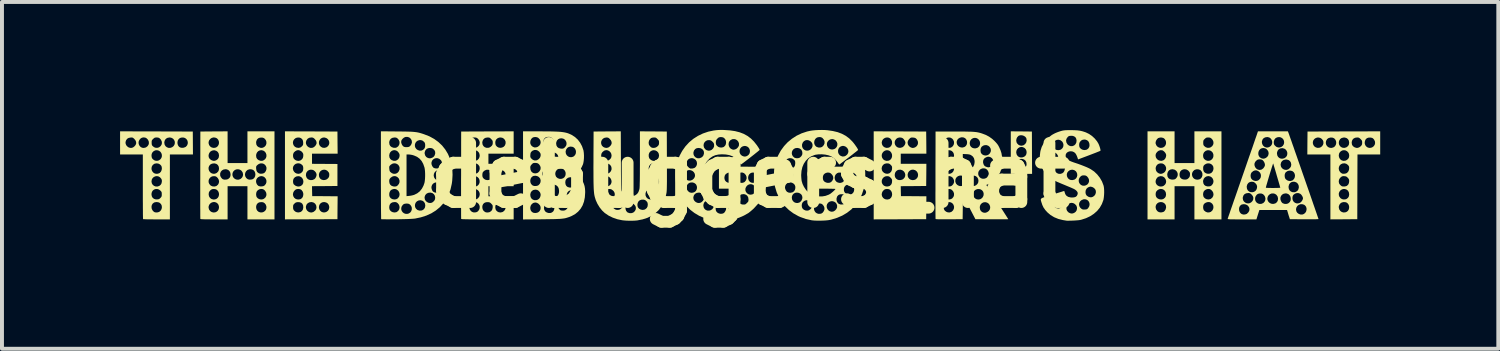
<source format=kicad_pcb>
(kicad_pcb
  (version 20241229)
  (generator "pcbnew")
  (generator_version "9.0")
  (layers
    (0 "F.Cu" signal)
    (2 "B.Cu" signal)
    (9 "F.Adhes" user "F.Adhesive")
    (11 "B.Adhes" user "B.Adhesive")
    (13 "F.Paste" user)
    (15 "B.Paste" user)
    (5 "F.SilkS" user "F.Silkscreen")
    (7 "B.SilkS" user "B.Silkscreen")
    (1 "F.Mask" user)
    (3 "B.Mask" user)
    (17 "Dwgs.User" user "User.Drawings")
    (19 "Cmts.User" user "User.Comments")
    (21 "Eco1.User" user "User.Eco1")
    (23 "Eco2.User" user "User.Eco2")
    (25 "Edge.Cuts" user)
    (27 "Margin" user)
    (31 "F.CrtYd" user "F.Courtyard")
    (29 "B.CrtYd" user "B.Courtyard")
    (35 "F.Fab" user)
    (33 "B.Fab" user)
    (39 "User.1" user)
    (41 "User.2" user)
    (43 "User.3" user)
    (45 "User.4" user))
  (footprint "debuggers_hat"
    (layer "F.Cu")
    (at 15.999 1.404)
    (property "Reference" "debuggers_hat" (at 0 0 0) (layer "F.SilkS") (effects (font (size 1.5 1.5) (thickness 0.3))))
    (attr board_only exclude_from_pos_files exclude_from_bom)
    (fp_poly (pts (xy 6.893 -1.116) (xy 7.161 -1.113) (xy 7.163 -0.575) (xy 7.166 -0.037) (xy 6.895 -0.037) (xy 6.625 -0.037) (xy 6.625 -0.309) (xy 6.764 -0.309) (xy 6.765 -0.263) (xy 6.778 -0.22) (xy 6.803 -0.186) (xy 6.819 -0.174) (xy 6.854 -0.161) (xy 6.896 -0.156) (xy 6.937 -0.16) (xy 6.963 -0.17) (xy 6.998 -0.201) (xy 7.019 -0.242) (xy 7.026 -0.279) (xy 7.021 -0.328) (xy 7.001 -0.37) (xy 6.969 -0.399) (xy 6.93 -0.415) (xy 6.886 -0.419) (xy 6.844 -0.41) (xy 6.807 -0.39) (xy 6.781 -0.361) (xy 6.778 -0.355) (xy 6.764 -0.309) (xy 6.625 -0.309) (xy 6.625 -0.577) (xy 6.625 -0.581) (xy 6.763 -0.581) (xy 6.773 -0.534) (xy 6.775 -0.529) (xy 6.8 -0.49) (xy 6.836 -0.465) (xy 6.879 -0.454) (xy 6.926 -0.458) (xy 6.965 -0.473) (xy 6.998 -0.499) (xy 7.019 -0.535) (xy 7.027 -0.576) (xy 7.024 -0.619) (xy 7.008 -0.659) (xy 6.979 -0.692) (xy 6.974 -0.696) (xy 6.931 -0.717) (xy 6.889 -0.722) (xy 6.848 -0.713) (xy 6.813 -0.692) (xy 6.785 -0.662) (xy 6.768 -0.624) (xy 6.763 -0.581) (xy 6.625 -0.581) (xy 6.625 -0.881) (xy 6.763 -0.881) (xy 6.772 -0.837) (xy 6.783 -0.815) (xy 6.817 -0.779) (xy 6.858 -0.758) (xy 6.903 -0.753) (xy 6.948 -0.765) (xy 6.955 -0.768) (xy 6.992 -0.798) (xy 7.017 -0.837) (xy 7.028 -0.881) (xy 7.024 -0.927) (xy 7.015 -0.953) (xy 6.989 -0.983) (xy 6.953 -1.005) (xy 6.911 -1.018) (xy 6.868 -1.019) (xy 6.83 -1.008) (xy 6.819 -1.001) (xy 6.788 -0.968) (xy 6.769 -0.927) (xy 6.763 -0.881) (xy 6.625 -0.881) (xy 6.625 -1.118)) (stroke (width 0) (type solid)) (fill yes) (layer "F.SilkS"))
    (fp_poly (pts (xy 16.008 -0.825) (xy 16.008 -0.531) (xy 15.719 -0.531) (xy 15.431 -0.531) (xy 15.428 0.291) (xy 15.426 1.113) (xy 15.085 1.116) (xy 14.743 1.118) (xy 14.743 0.823) (xy 14.957 0.823) (xy 14.97 0.869) (xy 14.997 0.906) (xy 15.033 0.931) (xy 15.077 0.943) (xy 15.123 0.939) (xy 15.152 0.929) (xy 15.186 0.904) (xy 15.209 0.868) (xy 15.219 0.827) (xy 15.218 0.784) (xy 15.205 0.744) (xy 15.18 0.71) (xy 15.155 0.691) (xy 15.118 0.68) (xy 15.077 0.679) (xy 15.036 0.688) (xy 15.005 0.705) (xy 15.004 0.706) (xy 14.972 0.745) (xy 14.957 0.786) (xy 14.957 0.823) (xy 14.743 0.823) (xy 14.743 0.461) (xy 14.956 0.461) (xy 14.958 0.505) (xy 14.97 0.54) (xy 14.999 0.578) (xy 15.037 0.603) (xy 15.082 0.613) (xy 15.13 0.608) (xy 15.153 0.599) (xy 15.189 0.572) (xy 15.212 0.534) (xy 15.22 0.484) (xy 15.22 0.481) (xy 15.212 0.431) (xy 15.19 0.39) (xy 15.155 0.362) (xy 15.154 0.361) (xy 15.109 0.346) (xy 15.065 0.347) (xy 15.026 0.362) (xy 14.993 0.387) (xy 14.969 0.421) (xy 14.956 0.461) (xy 14.743 0.461) (xy 14.743 0.293) (xy 14.743 0.155) (xy 14.955 0.155) (xy 14.962 0.197) (xy 14.967 0.209) (xy 14.986 0.237) (xy 15.011 0.261) (xy 15.035 0.277) (xy 15.037 0.278) (xy 15.07 0.283) (xy 15.11 0.282) (xy 15.146 0.273) (xy 15.162 0.266) (xy 15.195 0.236) (xy 15.214 0.195) (xy 15.22 0.147) (xy 15.218 0.117) (xy 15.211 0.096) (xy 15.196 0.074) (xy 15.185 0.062) (xy 15.162 0.04) (xy 15.141 0.028) (xy 15.115 0.022) (xy 15.1 0.021) (xy 15.067 0.02) (xy 15.042 0.025) (xy 15.019 0.038) (xy 15.018 0.038) (xy 14.984 0.071) (xy 14.962 0.111) (xy 14.955 0.155) (xy 14.743 0.155) (xy 14.743 -0.169) (xy 14.955 -0.169) (xy 14.964 -0.126) (xy 14.988 -0.086) (xy 14.995 -0.078) (xy 15.019 -0.059) (xy 15.04 -0.045) (xy 15.048 -0.043) (xy 15.085 -0.04) (xy 15.124 -0.045) (xy 15.157 -0.057) (xy 15.161 -0.059) (xy 15.194 -0.092) (xy 15.214 -0.135) (xy 15.22 -0.181) (xy 15.218 -0.213) (xy 15.211 -0.235) (xy 15.194 -0.257) (xy 15.19 -0.262) (xy 15.151 -0.292) (xy 15.105 -0.306) (xy 15.055 -0.302) (xy 15.051 -0.301) (xy 15.009 -0.282) (xy 14.978 -0.251) (xy 14.96 -0.212) (xy 14.955 -0.169) (xy 14.743 -0.169) (xy 14.743 -0.503) (xy 14.956 -0.503) (xy 14.957 -0.488) (xy 14.97 -0.441) (xy 14.997 -0.404) (xy 15.033 -0.379) (xy 15.076 -0.368) (xy 15.123 -0.373) (xy 15.14 -0.379) (xy 15.166 -0.395) (xy 15.191 -0.417) (xy 15.195 -0.421) (xy 15.215 -0.457) (xy 15.221 -0.501) (xy 15.215 -0.545) (xy 15.199 -0.578) (xy 15.167 -0.613) (xy 15.129 -0.633) (xy 15.088 -0.639) (xy 15.048 -0.633) (xy 15.012 -0.615) (xy 14.982 -0.586) (xy 14.962 -0.549) (xy 14.956 -0.503) (xy 14.743 -0.503) (xy 14.743 -0.531) (xy 14.45 -0.531) (xy 14.157 -0.531) (xy 14.159 -0.817) (xy 14.297 -0.817) (xy 14.31 -0.771) (xy 14.336 -0.735) (xy 14.373 -0.71) (xy 14.416 -0.698) (xy 14.462 -0.701) (xy 14.492 -0.711) (xy 14.529 -0.738) (xy 14.555 -0.775) (xy 14.567 -0.817) (xy 14.566 -0.822) (xy 14.626 -0.822) (xy 14.636 -0.779) (xy 14.658 -0.743) (xy 14.69 -0.716) (xy 14.73 -0.7) (xy 14.775 -0.697) (xy 14.821 -0.711) (xy 14.822 -0.711) (xy 14.857 -0.737) (xy 14.88 -0.774) (xy 14.891 -0.817) (xy 14.891 -0.822) (xy 14.956 -0.822) (xy 14.965 -0.779) (xy 14.987 -0.743) (xy 15.019 -0.716) (xy 15.058 -0.7) (xy 15.102 -0.698) (xy 15.147 -0.711) (xy 15.155 -0.716) (xy 15.192 -0.745) (xy 15.213 -0.782) (xy 15.22 -0.829) (xy 15.284 -0.829) (xy 15.291 -0.781) (xy 15.313 -0.744) (xy 15.35 -0.716) (xy 15.352 -0.715) (xy 15.397 -0.699) (xy 15.439 -0.699) (xy 15.47 -0.709) (xy 15.496 -0.725) (xy 15.521 -0.747) (xy 15.525 -0.751) (xy 15.54 -0.773) (xy 15.548 -0.796) (xy 15.55 -0.83) (xy 15.55 -0.831) (xy 15.549 -0.848) (xy 15.615 -0.848) (xy 15.616 -0.803) (xy 15.631 -0.763) (xy 15.656 -0.731) (xy 15.69 -0.708) (xy 15.73 -0.697) (xy 15.775 -0.701) (xy 15.806 -0.712) (xy 15.845 -0.741) (xy 15.869 -0.778) (xy 15.879 -0.82) (xy 15.874 -0.864) (xy 15.853 -0.907) (xy 15.83 -0.934) (xy 15.809 -0.949) (xy 15.78 -0.957) (xy 15.753 -0.96) (xy 15.704 -0.957) (xy 15.666 -0.941) (xy 15.637 -0.911) (xy 15.629 -0.895) (xy 15.615 -0.848) (xy 15.549 -0.848) (xy 15.549 -0.861) (xy 15.544 -0.881) (xy 15.531 -0.899) (xy 15.51 -0.922) (xy 15.486 -0.944) (xy 15.467 -0.956) (xy 15.447 -0.961) (xy 15.421 -0.962) (xy 15.37 -0.955) (xy 15.329 -0.933) (xy 15.3 -0.899) (xy 15.286 -0.854) (xy 15.284 -0.829) (xy 15.22 -0.829) (xy 15.22 -0.83) (xy 15.212 -0.88) (xy 15.19 -0.919) (xy 15.156 -0.946) (xy 15.111 -0.96) (xy 15.074 -0.96) (xy 15.027 -0.948) (xy 14.99 -0.921) (xy 14.966 -0.88) (xy 14.962 -0.869) (xy 14.956 -0.822) (xy 14.891 -0.822) (xy 14.888 -0.862) (xy 14.872 -0.903) (xy 14.843 -0.937) (xy 14.806 -0.956) (xy 14.759 -0.961) (xy 14.746 -0.96) (xy 14.698 -0.948) (xy 14.661 -0.922) (xy 14.637 -0.882) (xy 14.632 -0.869) (xy 14.626 -0.822) (xy 14.566 -0.822) (xy 14.564 -0.861) (xy 14.553 -0.889) (xy 14.524 -0.926) (xy 14.488 -0.95) (xy 14.448 -0.961) (xy 14.407 -0.96) (xy 14.369 -0.947) (xy 14.336 -0.924) (xy 14.311 -0.892) (xy 14.298 -0.851) (xy 14.297 -0.817) (xy 14.159 -0.817) (xy 14.159 -0.822) (xy 14.162 -1.113) (xy 15.085 -1.116) (xy 16.008 -1.118)) (stroke (width 0) (type solid)) (fill yes) (layer "F.SilkS"))
    (fp_poly (pts (xy -15.076 -1.116) (xy -14.152 -1.113) (xy -14.15 -0.822) (xy -14.148 -0.531) (xy -14.441 -0.531) (xy -14.734 -0.531) (xy -14.734 0.293) (xy -14.734 1.118) (xy -15.072 1.118) (xy -15.149 1.118) (xy -15.22 1.117) (xy -15.283 1.117) (xy -15.336 1.116) (xy -15.377 1.114) (xy -15.404 1.113) (xy -15.415 1.112) (xy -15.415 1.112) (xy -15.416 1.102) (xy -15.417 1.075) (xy -15.418 1.032) (xy -15.419 0.975) (xy -15.419 0.905) (xy -15.42 0.824) (xy -15.42 0.798) (xy -15.201 0.798) (xy -15.197 0.841) (xy -15.179 0.883) (xy -15.154 0.913) (xy -15.135 0.928) (xy -15.119 0.937) (xy -15.084 0.943) (xy -15.044 0.94) (xy -15.008 0.929) (xy -15.002 0.926) (xy -14.967 0.895) (xy -14.945 0.856) (xy -14.937 0.813) (xy -14.941 0.77) (xy -14.959 0.731) (xy -14.99 0.7) (xy -14.995 0.697) (xy -15.032 0.682) (xy -15.077 0.678) (xy -15.12 0.685) (xy -15.138 0.692) (xy -15.172 0.719) (xy -15.193 0.755) (xy -15.201 0.798) (xy -15.42 0.798) (xy -15.42 0.731) (xy -15.421 0.63) (xy -15.421 0.521) (xy -15.421 0.478) (xy -15.202 0.478) (xy -15.194 0.529) (xy -15.172 0.569) (xy -15.138 0.596) (xy -15.092 0.611) (xy -15.057 0.611) (xy -15.024 0.607) (xy -15 0.597) (xy -14.977 0.577) (xy -14.974 0.574) (xy -14.956 0.554) (xy -14.946 0.537) (xy -14.941 0.516) (xy -14.94 0.484) (xy -14.94 0.481) (xy -14.941 0.448) (xy -14.945 0.426) (xy -14.955 0.409) (xy -14.972 0.39) (xy -15.011 0.36) (xy -15.054 0.346) (xy -15.096 0.347) (xy -15.135 0.36) (xy -15.168 0.386) (xy -15.191 0.422) (xy -15.201 0.468) (xy -15.202 0.478) (xy -15.421 0.478) (xy -15.421 0.405) (xy -15.421 0.287) (xy -15.421 0.155) (xy -15.201 0.155) (xy -15.193 0.201) (xy -15.171 0.238) (xy -15.138 0.266) (xy -15.098 0.282) (xy -15.053 0.284) (xy -15.007 0.27) (xy -15.006 0.27) (xy -14.97 0.243) (xy -14.947 0.205) (xy -14.938 0.161) (xy -14.938 0.124) (xy -14.947 0.096) (xy -14.954 0.085) (xy -14.985 0.049) (xy -15.023 0.027) (xy -15.064 0.019) (xy -15.105 0.025) (xy -15.142 0.042) (xy -15.173 0.07) (xy -15.194 0.108) (xy -15.201 0.155) (xy -15.421 0.155) (xy -15.421 -0.185) (xy -15.201 -0.185) (xy -15.198 -0.142) (xy -15.181 -0.102) (xy -15.152 -0.068) (xy -15.128 -0.052) (xy -15.088 -0.04) (xy -15.044 -0.041) (xy -15.004 -0.054) (xy -14.992 -0.061) (xy -14.961 -0.094) (xy -14.943 -0.136) (xy -14.937 -0.182) (xy -14.945 -0.226) (xy -14.954 -0.245) (xy -14.984 -0.277) (xy -15.024 -0.298) (xy -15.069 -0.305) (xy -15.115 -0.298) (xy -15.135 -0.29) (xy -15.17 -0.262) (xy -15.192 -0.226) (xy -15.201 -0.185) (xy -15.421 -0.185) (xy -15.421 -0.498) (xy -15.201 -0.498) (xy -15.195 -0.456) (xy -15.178 -0.421) (xy -15.173 -0.416) (xy -15.133 -0.384) (xy -15.088 -0.369) (xy -15.041 -0.371) (xy -15.009 -0.383) (xy -14.972 -0.41) (xy -14.948 -0.446) (xy -14.937 -0.486) (xy -14.939 -0.527) (xy -14.952 -0.567) (xy -14.977 -0.601) (xy -15.012 -0.626) (xy -15.057 -0.638) (xy -15.058 -0.639) (xy -15.105 -0.635) (xy -15.147 -0.614) (xy -15.181 -0.578) (xy -15.182 -0.577) (xy -15.197 -0.541) (xy -15.201 -0.498) (xy -15.421 -0.498) (xy -15.421 -0.531) (xy -15.71 -0.531) (xy -15.999 -0.531) (xy -15.999 -0.825) (xy -15.999 -0.845) (xy -15.861 -0.845) (xy -15.858 -0.804) (xy -15.843 -0.766) (xy -15.816 -0.734) (xy -15.782 -0.71) (xy -15.743 -0.698) (xy -15.701 -0.699) (xy -15.669 -0.71) (xy -15.637 -0.734) (xy -15.609 -0.766) (xy -15.592 -0.801) (xy -15.591 -0.806) (xy -15.591 -0.821) (xy -15.53 -0.821) (xy -15.521 -0.782) (xy -15.503 -0.748) (xy -15.475 -0.72) (xy -15.441 -0.702) (xy -15.401 -0.696) (xy -15.356 -0.705) (xy -15.339 -0.712) (xy -15.301 -0.741) (xy -15.276 -0.778) (xy -15.266 -0.819) (xy -15.268 -0.831) (xy -15.197 -0.831) (xy -15.196 -0.796) (xy -15.191 -0.773) (xy -15.182 -0.756) (xy -15.174 -0.746) (xy -15.134 -0.714) (xy -15.089 -0.699) (xy -15.042 -0.701) (xy -15.009 -0.712) (xy -14.971 -0.741) (xy -14.946 -0.778) (xy -14.936 -0.819) (xy -14.937 -0.829) (xy -14.876 -0.829) (xy -14.868 -0.782) (xy -14.846 -0.743) (xy -14.813 -0.715) (xy -14.773 -0.699) (xy -14.728 -0.697) (xy -14.682 -0.712) (xy -14.679 -0.713) (xy -14.641 -0.742) (xy -14.618 -0.778) (xy -14.608 -0.818) (xy -14.609 -0.845) (xy -14.541 -0.845) (xy -14.54 -0.802) (xy -14.527 -0.762) (xy -14.504 -0.729) (xy -14.475 -0.709) (xy -14.432 -0.699) (xy -14.385 -0.702) (xy -14.342 -0.718) (xy -14.327 -0.727) (xy -14.297 -0.761) (xy -14.281 -0.801) (xy -14.279 -0.844) (xy -14.29 -0.886) (xy -14.315 -0.923) (xy -14.35 -0.949) (xy -14.387 -0.96) (xy -14.431 -0.961) (xy -14.471 -0.951) (xy -14.478 -0.948) (xy -14.511 -0.922) (xy -14.532 -0.886) (xy -14.541 -0.845) (xy -14.609 -0.845) (xy -14.61 -0.858) (xy -14.625 -0.896) (xy -14.65 -0.928) (xy -14.686 -0.951) (xy -14.731 -0.962) (xy -14.742 -0.962) (xy -14.792 -0.954) (xy -14.832 -0.932) (xy -14.86 -0.897) (xy -14.874 -0.852) (xy -14.876 -0.829) (xy -14.937 -0.829) (xy -14.941 -0.863) (xy -14.961 -0.905) (xy -14.991 -0.938) (xy -15.013 -0.953) (xy -15.038 -0.96) (xy -15.07 -0.962) (xy -15.1 -0.961) (xy -15.122 -0.955) (xy -15.142 -0.941) (xy -15.158 -0.926) (xy -15.179 -0.906) (xy -15.191 -0.889) (xy -15.196 -0.87) (xy -15.197 -0.841) (xy -15.197 -0.831) (xy -15.268 -0.831) (xy -15.271 -0.863) (xy -15.291 -0.905) (xy -15.321 -0.938) (xy -15.357 -0.958) (xy -15.4 -0.964) (xy -15.442 -0.957) (xy -15.476 -0.938) (xy -15.508 -0.902) (xy -15.526 -0.862) (xy -15.53 -0.821) (xy -15.591 -0.821) (xy -15.591 -0.847) (xy -15.608 -0.889) (xy -15.641 -0.929) (xy -15.643 -0.93) (xy -15.665 -0.949) (xy -15.683 -0.959) (xy -15.704 -0.962) (xy -15.734 -0.96) (xy -15.781 -0.951) (xy -15.817 -0.93) (xy -15.844 -0.895) (xy -15.848 -0.887) (xy -15.861 -0.845) (xy -15.999 -0.845) (xy -15.999 -1.118)) (stroke (width 0) (type solid)) (fill yes) (layer "F.SilkS"))
    (fp_poly (pts (xy 3.81 -1.116) (xy 4.476 -1.113) (xy 4.479 -0.832) (xy 4.481 -0.55) (xy 4.156 -0.55) (xy 3.83 -0.55) (xy 3.83 -0.422) (xy 3.83 -0.293) (xy 4.156 -0.293) (xy 4.481 -0.293) (xy 4.479 -0.011) (xy 4.476 0.27) (xy 4.153 0.273) (xy 3.83 0.275) (xy 3.832 0.401) (xy 3.835 0.527) (xy 4.158 0.529) (xy 4.481 0.532) (xy 4.479 0.823) (xy 4.476 1.113) (xy 3.81 1.116) (xy 3.143 1.118) (xy 3.143 0.822) (xy 3.347 0.822) (xy 3.356 0.863) (xy 3.369 0.887) (xy 3.403 0.92) (xy 3.447 0.938) (xy 3.495 0.942) (xy 3.54 0.931) (xy 3.574 0.908) (xy 3.597 0.874) (xy 3.608 0.834) (xy 3.609 0.791) (xy 3.609 0.789) (xy 3.677 0.789) (xy 3.678 0.83) (xy 3.689 0.868) (xy 3.699 0.888) (xy 3.733 0.919) (xy 3.776 0.938) (xy 3.823 0.942) (xy 3.868 0.931) (xy 3.876 0.927) (xy 3.908 0.901) (xy 3.932 0.864) (xy 3.945 0.823) (xy 3.946 0.796) (xy 4.007 0.796) (xy 4.011 0.845) (xy 4.029 0.885) (xy 4.058 0.917) (xy 4.096 0.937) (xy 4.139 0.943) (xy 4.184 0.933) (xy 4.196 0.928) (xy 4.235 0.899) (xy 4.26 0.859) (xy 4.27 0.81) (xy 4.27 0.805) (xy 4.268 0.776) (xy 4.261 0.755) (xy 4.244 0.732) (xy 4.235 0.722) (xy 4.211 0.7) (xy 4.19 0.687) (xy 4.163 0.681) (xy 4.151 0.68) (xy 4.1 0.683) (xy 4.058 0.7) (xy 4.028 0.731) (xy 4.01 0.774) (xy 4.007 0.796) (xy 3.946 0.796) (xy 3.946 0.795) (xy 3.932 0.747) (xy 3.905 0.711) (xy 3.866 0.688) (xy 3.816 0.68) (xy 3.801 0.68) (xy 3.754 0.689) (xy 3.719 0.71) (xy 3.691 0.746) (xy 3.686 0.755) (xy 3.677 0.789) (xy 3.609 0.789) (xy 3.599 0.751) (xy 3.577 0.716) (xy 3.547 0.692) (xy 3.502 0.679) (xy 3.455 0.681) (xy 3.411 0.698) (xy 3.374 0.728) (xy 3.362 0.744) (xy 3.349 0.78) (xy 3.347 0.822) (xy 3.143 0.822) (xy 3.143 0.487) (xy 3.346 0.487) (xy 3.355 0.53) (xy 3.38 0.569) (xy 3.408 0.593) (xy 3.448 0.61) (xy 3.494 0.614) (xy 3.538 0.604) (xy 3.553 0.596) (xy 3.584 0.567) (xy 3.604 0.528) (xy 3.611 0.485) (xy 3.606 0.441) (xy 3.588 0.4) (xy 3.558 0.367) (xy 3.55 0.361) (xy 3.519 0.349) (xy 3.479 0.345) (xy 3.441 0.35) (xy 3.411 0.364) (xy 3.374 0.4) (xy 3.353 0.443) (xy 3.346 0.487) (xy 3.143 0.487) (xy 3.143 0.138) (xy 3.347 0.138) (xy 3.348 0.179) (xy 3.363 0.218) (xy 3.391 0.252) (xy 3.411 0.266) (xy 3.451 0.281) (xy 3.496 0.283) (xy 3.539 0.273) (xy 3.553 0.266) (xy 3.586 0.236) (xy 3.605 0.195) (xy 3.61 0.147) (xy 3.609 0.117) (xy 3.602 0.096) (xy 3.586 0.074) (xy 3.576 0.063) (xy 3.55 0.039) (xy 3.527 0.026) (xy 3.499 0.021) (xy 3.451 0.023) (xy 3.411 0.039) (xy 3.379 0.066) (xy 3.358 0.1) (xy 3.347 0.138) (xy 3.143 0.138) (xy 3.143 0) (xy 3.143 -0.026) (xy 3.678 -0.026) (xy 3.678 0.013) (xy 3.689 0.05) (xy 3.712 0.083) (xy 3.746 0.108) (xy 3.78 0.119) (xy 3.822 0.12) (xy 3.866 0.109) (xy 3.893 0.094) (xy 3.925 0.06) (xy 3.942 0.021) (xy 3.945 -0.02) (xy 3.944 -0.024) (xy 4.005 -0.024) (xy 4.008 0.021) (xy 4.019 0.052) (xy 4.045 0.087) (xy 4.082 0.111) (xy 4.125 0.121) (xy 4.169 0.118) (xy 4.211 0.101) (xy 4.215 0.098) (xy 4.248 0.065) (xy 4.266 0.026) (xy 4.27 -0.018) (xy 4.261 -0.06) (xy 4.238 -0.098) (xy 4.203 -0.127) (xy 4.196 -0.131) (xy 4.152 -0.145) (xy 4.109 -0.143) (xy 4.07 -0.127) (xy 4.039 -0.101) (xy 4.016 -0.066) (xy 4.005 -0.024) (xy 3.944 -0.024) (xy 3.935 -0.06) (xy 3.913 -0.096) (xy 3.88 -0.124) (xy 3.837 -0.141) (xy 3.82 -0.144) (xy 3.774 -0.141) (xy 3.736 -0.125) (xy 3.707 -0.098) (xy 3.687 -0.065) (xy 3.678 -0.026) (xy 3.143 -0.026) (xy 3.143 -0.172) (xy 3.345 -0.172) (xy 3.353 -0.128) (xy 3.375 -0.091) (xy 3.408 -0.063) (xy 3.447 -0.045) (xy 3.49 -0.04) (xy 3.532 -0.049) (xy 3.551 -0.059) (xy 3.585 -0.092) (xy 3.605 -0.136) (xy 3.61 -0.182) (xy 3.609 -0.212) (xy 3.603 -0.233) (xy 3.588 -0.253) (xy 3.575 -0.267) (xy 3.55 -0.289) (xy 3.525 -0.301) (xy 3.495 -0.304) (xy 3.459 -0.303) (xy 3.416 -0.291) (xy 3.381 -0.265) (xy 3.356 -0.227) (xy 3.345 -0.182) (xy 3.345 -0.172) (xy 3.143 -0.172) (xy 3.143 -0.488) (xy 3.347 -0.488) (xy 3.36 -0.441) (xy 3.387 -0.405) (xy 3.418 -0.383) (xy 3.464 -0.368) (xy 3.512 -0.371) (xy 3.54 -0.38) (xy 3.576 -0.406) (xy 3.599 -0.442) (xy 3.61 -0.484) (xy 3.608 -0.528) (xy 3.594 -0.569) (xy 3.567 -0.605) (xy 3.544 -0.623) (xy 3.503 -0.638) (xy 3.461 -0.638) (xy 3.422 -0.624) (xy 3.388 -0.599) (xy 3.362 -0.565) (xy 3.348 -0.524) (xy 3.347 -0.488) (xy 3.143 -0.488) (xy 3.143 -0.835) (xy 3.347 -0.835) (xy 3.348 -0.817) (xy 3.36 -0.771) (xy 3.387 -0.735) (xy 3.423 -0.71) (xy 3.466 -0.698) (xy 3.512 -0.701) (xy 3.542 -0.711) (xy 3.576 -0.737) (xy 3.599 -0.773) (xy 3.61 -0.816) (xy 3.608 -0.851) (xy 3.676 -0.851) (xy 3.677 -0.81) (xy 3.689 -0.773) (xy 3.711 -0.74) (xy 3.742 -0.715) (xy 3.78 -0.701) (xy 3.822 -0.699) (xy 3.867 -0.712) (xy 3.881 -0.719) (xy 3.913 -0.746) (xy 3.937 -0.783) (xy 3.949 -0.821) (xy 3.949 -0.826) (xy 4.004 -0.826) (xy 4.013 -0.784) (xy 4.036 -0.747) (xy 4.07 -0.717) (xy 4.11 -0.7) (xy 4.137 -0.696) (xy 4.164 -0.701) (xy 4.194 -0.711) (xy 4.196 -0.712) (xy 4.235 -0.741) (xy 4.259 -0.778) (xy 4.269 -0.82) (xy 4.264 -0.864) (xy 4.244 -0.907) (xy 4.22 -0.934) (xy 4.199 -0.949) (xy 4.17 -0.957) (xy 4.143 -0.96) (xy 4.111 -0.961) (xy 4.09 -0.958) (xy 4.072 -0.948) (xy 4.061 -0.939) (xy 4.025 -0.9) (xy 4.007 -0.856) (xy 4.004 -0.826) (xy 3.949 -0.826) (xy 3.949 -0.831) (xy 3.943 -0.859) (xy 3.926 -0.891) (xy 3.904 -0.921) (xy 3.881 -0.943) (xy 3.842 -0.959) (xy 3.797 -0.962) (xy 3.754 -0.952) (xy 3.72 -0.93) (xy 3.69 -0.891) (xy 3.676 -0.851) (xy 3.608 -0.851) (xy 3.608 -0.861) (xy 3.592 -0.903) (xy 3.591 -0.904) (xy 3.561 -0.938) (xy 3.525 -0.957) (xy 3.485 -0.963) (xy 3.445 -0.957) (xy 3.408 -0.94) (xy 3.377 -0.914) (xy 3.356 -0.878) (xy 3.347 -0.835) (xy 3.143 -0.835) (xy 3.143 -1.118)) (stroke (width 0) (type solid)) (fill yes) (layer "F.SilkS"))
    (fp_poly (pts (xy -11.145 -1.116) (xy -10.478 -1.113) (xy -10.476 -0.832) (xy -10.473 -0.55) (xy -10.799 -0.55) (xy -11.124 -0.55) (xy -11.124 -0.422) (xy -11.124 -0.293) (xy -10.801 -0.291) (xy -10.478 -0.289) (xy -10.478 -0.009) (xy -10.478 0.27) (xy -10.801 0.273) (xy -11.124 0.275) (xy -11.122 0.401) (xy -11.119 0.527) (xy -10.796 0.529) (xy -10.473 0.532) (xy -10.476 0.823) (xy -10.478 1.113) (xy -11.145 1.116) (xy -11.811 1.118) (xy -11.811 0.806) (xy -11.605 0.806) (xy -11.603 0.845) (xy -11.594 0.872) (xy -11.586 0.886) (xy -11.552 0.919) (xy -11.509 0.938) (xy -11.462 0.942) (xy -11.417 0.931) (xy -11.414 0.93) (xy -11.379 0.905) (xy -11.356 0.869) (xy -11.346 0.82) (xy -11.346 0.816) (xy -11.346 0.811) (xy -11.28 0.811) (xy -11.272 0.855) (xy -11.25 0.893) (xy -11.218 0.921) (xy -11.18 0.939) (xy -11.138 0.944) (xy -11.096 0.933) (xy -11.078 0.923) (xy -11.04 0.891) (xy -11.018 0.856) (xy -11.011 0.815) (xy -10.949 0.815) (xy -10.941 0.856) (xy -10.921 0.893) (xy -10.886 0.924) (xy -10.884 0.926) (xy -10.841 0.941) (xy -10.794 0.94) (xy -10.758 0.928) (xy -10.718 0.899) (xy -10.694 0.86) (xy -10.686 0.813) (xy -10.686 0.799) (xy -10.698 0.752) (xy -10.724 0.714) (xy -10.763 0.689) (xy -10.811 0.678) (xy -10.822 0.678) (xy -10.867 0.686) (xy -10.903 0.707) (xy -10.929 0.737) (xy -10.945 0.775) (xy -10.949 0.815) (xy -11.011 0.815) (xy -11.011 0.814) (xy -11.01 0.809) (xy -11.019 0.761) (xy -11.042 0.722) (xy -11.077 0.694) (xy -11.122 0.68) (xy -11.144 0.678) (xy -11.193 0.686) (xy -11.233 0.708) (xy -11.263 0.743) (xy -11.278 0.787) (xy -11.28 0.811) (xy -11.346 0.811) (xy -11.35 0.765) (xy -11.368 0.724) (xy -11.399 0.696) (xy -11.442 0.682) (xy -11.488 0.68) (xy -11.521 0.685) (xy -11.545 0.695) (xy -11.568 0.715) (xy -11.571 0.718) (xy -11.591 0.739) (xy -11.601 0.757) (xy -11.604 0.78) (xy -11.605 0.806) (xy -11.811 0.806) (xy -11.811 0.486) (xy -11.609 0.486) (xy -11.6 0.529) (xy -11.577 0.568) (xy -11.543 0.596) (xy -11.505 0.61) (xy -11.46 0.613) (xy -11.419 0.605) (xy -11.408 0.6) (xy -11.375 0.574) (xy -11.354 0.537) (xy -11.345 0.495) (xy -11.347 0.451) (xy -11.362 0.41) (xy -11.389 0.374) (xy -11.406 0.361) (xy -11.439 0.349) (xy -11.478 0.345) (xy -11.517 0.351) (xy -11.544 0.364) (xy -11.581 0.4) (xy -11.602 0.442) (xy -11.609 0.486) (xy -11.811 0.486) (xy -11.811 0.144) (xy -11.606 0.144) (xy -11.604 0.183) (xy -11.595 0.216) (xy -11.587 0.229) (xy -11.547 0.262) (xy -11.502 0.28) (xy -11.456 0.284) (xy -11.411 0.271) (xy -11.402 0.266) (xy -11.368 0.237) (xy -11.349 0.2) (xy -11.343 0.159) (xy -11.349 0.118) (xy -11.366 0.08) (xy -11.393 0.049) (xy -11.43 0.028) (xy -11.46 0.021) (xy -11.511 0.025) (xy -11.555 0.045) (xy -11.586 0.076) (xy -11.6 0.106) (xy -11.606 0.144) (xy -11.811 0.144) (xy -11.811 0.004) (xy -11.279 0.004) (xy -11.265 0.051) (xy -11.265 0.052) (xy -11.238 0.088) (xy -11.202 0.111) (xy -11.158 0.121) (xy -11.113 0.118) (xy -11.068 0.099) (xy -11.063 0.096) (xy -11.039 0.072) (xy -11.02 0.037) (xy -11.009 -0.002) (xy -11.009 -0.02) (xy -10.949 -0.02) (xy -10.945 0.026) (xy -10.937 0.05) (xy -10.913 0.086) (xy -10.879 0.109) (xy -10.838 0.12) (xy -10.795 0.118) (xy -10.753 0.103) (xy -10.722 0.079) (xy -10.702 0.055) (xy -10.691 0.032) (xy -10.686 -0.001) (xy -10.686 -0.002) (xy -10.686 -0.035) (xy -10.691 -0.059) (xy -10.704 -0.082) (xy -10.737 -0.118) (xy -10.775 -0.138) (xy -10.815 -0.145) (xy -10.854 -0.139) (xy -10.89 -0.122) (xy -10.919 -0.096) (xy -10.94 -0.061) (xy -10.949 -0.02) (xy -11.009 -0.02) (xy -11.009 -0.033) (xy -11.024 -0.07) (xy -11.051 -0.104) (xy -11.085 -0.13) (xy -11.106 -0.139) (xy -11.154 -0.145) (xy -11.197 -0.136) (xy -11.233 -0.114) (xy -11.261 -0.081) (xy -11.276 -0.041) (xy -11.279 0.004) (xy -11.811 0.004) (xy -11.811 0) (xy -11.811 -0.179) (xy -11.61 -0.179) (xy -11.602 -0.132) (xy -11.58 -0.093) (xy -11.549 -0.063) (xy -11.51 -0.045) (xy -11.467 -0.039) (xy -11.425 -0.048) (xy -11.403 -0.059) (xy -11.369 -0.091) (xy -11.35 -0.131) (xy -11.346 -0.182) (xy -11.346 -0.186) (xy -11.35 -0.22) (xy -11.358 -0.243) (xy -11.373 -0.263) (xy -11.377 -0.267) (xy -11.415 -0.294) (xy -11.457 -0.306) (xy -11.5 -0.304) (xy -11.54 -0.291) (xy -11.573 -0.266) (xy -11.598 -0.232) (xy -11.609 -0.19) (xy -11.61 -0.179) (xy -11.811 -0.179) (xy -11.811 -0.486) (xy -11.606 -0.486) (xy -11.597 -0.445) (xy -11.585 -0.423) (xy -11.553 -0.392) (xy -11.512 -0.373) (xy -11.468 -0.367) (xy -11.426 -0.376) (xy -11.419 -0.379) (xy -11.381 -0.406) (xy -11.357 -0.44) (xy -11.346 -0.486) (xy -11.346 -0.493) (xy -11.345 -0.527) (xy -11.35 -0.551) (xy -11.361 -0.573) (xy -11.364 -0.577) (xy -11.394 -0.61) (xy -11.433 -0.632) (xy -11.474 -0.641) (xy -11.477 -0.641) (xy -11.512 -0.634) (xy -11.549 -0.614) (xy -11.58 -0.586) (xy -11.593 -0.568) (xy -11.605 -0.53) (xy -11.606 -0.486) (xy -11.811 -0.486) (xy -11.811 -0.836) (xy -11.609 -0.836) (xy -11.604 -0.796) (xy -11.588 -0.759) (xy -11.561 -0.728) (xy -11.524 -0.707) (xy -11.478 -0.699) (xy -11.46 -0.699) (xy -11.428 -0.705) (xy -11.403 -0.718) (xy -11.382 -0.737) (xy -11.363 -0.757) (xy -11.353 -0.774) (xy -11.349 -0.796) (xy -11.348 -0.827) (xy -11.35 -0.846) (xy -11.279 -0.846) (xy -11.277 -0.804) (xy -11.261 -0.766) (xy -11.235 -0.734) (xy -11.201 -0.71) (xy -11.161 -0.697) (xy -11.119 -0.699) (xy -11.088 -0.71) (xy -11.055 -0.734) (xy -11.028 -0.766) (xy -11.011 -0.801) (xy -11.009 -0.806) (xy -11.009 -0.817) (xy -10.949 -0.817) (xy -10.938 -0.774) (xy -10.932 -0.763) (xy -10.899 -0.726) (xy -10.859 -0.704) (xy -10.813 -0.698) (xy -10.767 -0.708) (xy -10.758 -0.712) (xy -10.72 -0.74) (xy -10.696 -0.775) (xy -10.685 -0.814) (xy -10.687 -0.854) (xy -10.701 -0.892) (xy -10.726 -0.924) (xy -10.761 -0.948) (xy -10.805 -0.961) (xy -10.823 -0.962) (xy -10.866 -0.954) (xy -10.903 -0.932) (xy -10.93 -0.899) (xy -10.946 -0.86) (xy -10.949 -0.817) (xy -11.009 -0.817) (xy -11.009 -0.847) (xy -11.026 -0.889) (xy -11.059 -0.928) (xy -11.06 -0.929) (xy -11.085 -0.949) (xy -11.106 -0.959) (xy -11.133 -0.962) (xy -11.146 -0.962) (xy -11.195 -0.954) (xy -11.234 -0.931) (xy -11.264 -0.892) (xy -11.266 -0.888) (xy -11.279 -0.846) (xy -11.35 -0.846) (xy -11.353 -0.875) (xy -11.368 -0.911) (xy -11.395 -0.938) (xy -11.409 -0.948) (xy -11.445 -0.96) (xy -11.486 -0.961) (xy -11.527 -0.952) (xy -11.543 -0.944) (xy -11.58 -0.913) (xy -11.601 -0.876) (xy -11.609 -0.836) (xy -11.811 -0.836) (xy -11.811 -1.118)) (stroke (width 0) (type solid)) (fill yes) (layer "F.SilkS"))
    (fp_poly (pts (xy -6.002 -0.834) (xy -6.002 -0.55) (xy -6.323 -0.55) (xy -6.643 -0.55) (xy -6.643 -0.422) (xy -6.643 -0.293) (xy -6.323 -0.293) (xy -6.002 -0.293) (xy -6.002 -0.009) (xy -6.002 0.275) (xy -6.323 0.275) (xy -6.643 0.275) (xy -6.643 0.403) (xy -6.643 0.531) (xy -6.323 0.531) (xy -6.002 0.531) (xy -6.002 0.825) (xy -6.002 1.118) (xy -6.666 1.118) (xy -6.798 1.118) (xy -6.912 1.118) (xy -7.01 1.117) (xy -7.093 1.117) (xy -7.162 1.116) (xy -7.217 1.115) (xy -7.261 1.114) (xy -7.293 1.113) (xy -7.316 1.111) (xy -7.329 1.109) (xy -7.335 1.107) (xy -7.335 1.106) (xy -7.336 1.096) (xy -7.336 1.068) (xy -7.337 1.025) (xy -7.337 0.966) (xy -7.337 0.894) (xy -7.338 0.808) (xy -7.338 0.806) (xy -7.129 0.806) (xy -7.12 0.856) (xy -7.095 0.898) (xy -7.063 0.926) (xy -7.026 0.94) (xy -6.984 0.942) (xy -6.944 0.934) (xy -6.912 0.916) (xy -6.882 0.878) (xy -6.866 0.836) (xy -6.865 0.806) (xy -6.799 0.806) (xy -6.791 0.858) (xy -6.768 0.899) (xy -6.73 0.93) (xy -6.717 0.936) (xy -6.689 0.942) (xy -6.653 0.942) (xy -6.62 0.936) (xy -6.608 0.931) (xy -6.57 0.905) (xy -6.547 0.871) (xy -6.536 0.827) (xy -6.535 0.82) (xy -6.469 0.82) (xy -6.46 0.863) (xy -6.451 0.884) (xy -6.42 0.917) (xy -6.38 0.937) (xy -6.335 0.943) (xy -6.289 0.933) (xy -6.28 0.929) (xy -6.244 0.903) (xy -6.219 0.867) (xy -6.206 0.825) (xy -6.207 0.782) (xy -6.221 0.744) (xy -6.252 0.709) (xy -6.291 0.687) (xy -6.334 0.678) (xy -6.377 0.682) (xy -6.416 0.699) (xy -6.447 0.73) (xy -6.451 0.736) (xy -6.466 0.775) (xy -6.469 0.82) (xy -6.535 0.82) (xy -6.535 0.816) (xy -6.534 0.785) (xy -6.536 0.765) (xy -6.546 0.747) (xy -6.566 0.725) (xy -6.567 0.723) (xy -6.591 0.7) (xy -6.611 0.688) (xy -6.636 0.682) (xy -6.654 0.68) (xy -6.706 0.683) (xy -6.748 0.7) (xy -6.778 0.73) (xy -6.796 0.772) (xy -6.799 0.806) (xy -6.865 0.806) (xy -6.864 0.793) (xy -6.875 0.753) (xy -6.897 0.719) (xy -6.929 0.693) (xy -6.971 0.679) (xy -6.99 0.678) (xy -7.042 0.685) (xy -7.083 0.706) (xy -7.112 0.739) (xy -7.127 0.783) (xy -7.129 0.806) (xy -7.338 0.806) (xy -7.338 0.712) (xy -7.338 0.605) (xy -7.338 0.489) (xy -7.338 0.476) (xy -7.129 0.476) (xy -7.121 0.528) (xy -7.1 0.568) (xy -7.066 0.596) (xy -7.02 0.61) (xy -6.984 0.611) (xy -6.951 0.607) (xy -6.928 0.597) (xy -6.905 0.578) (xy -6.902 0.575) (xy -6.875 0.537) (xy -6.864 0.495) (xy -6.866 0.452) (xy -6.881 0.413) (xy -6.907 0.38) (xy -6.944 0.356) (xy -6.988 0.345) (xy -7.002 0.345) (xy -7.047 0.355) (xy -7.085 0.379) (xy -7.113 0.414) (xy -7.128 0.458) (xy -7.129 0.476) (xy -7.338 0.476) (xy -7.338 0.364) (xy -7.338 0.233) (xy -7.338 0.171) (xy -7.128 0.171) (xy -7.116 0.213) (xy -7.091 0.248) (xy -7.062 0.269) (xy -7.025 0.281) (xy -6.983 0.283) (xy -6.945 0.277) (xy -6.929 0.27) (xy -6.893 0.238) (xy -6.871 0.196) (xy -6.866 0.166) (xy -6.869 0.118) (xy -6.886 0.079) (xy -6.914 0.048) (xy -6.949 0.028) (xy -6.989 0.019) (xy -7.029 0.023) (xy -7.068 0.04) (xy -7.101 0.071) (xy -7.111 0.085) (xy -7.127 0.126) (xy -7.128 0.171) (xy -7.338 0.171) (xy -7.338 0.095) (xy -7.337 -0.009) (xy -7.337 -0.026) (xy -6.797 -0.026) (xy -6.797 0.018) (xy -6.788 0.05) (xy -6.786 0.053) (xy -6.758 0.088) (xy -6.72 0.111) (xy -6.675 0.121) (xy -6.628 0.117) (xy -6.591 0.102) (xy -6.563 0.078) (xy -6.544 0.041) (xy -6.534 -0.003) (xy -6.533 -0.016) (xy -6.47 -0.016) (xy -6.465 0.027) (xy -6.447 0.066) (xy -6.419 0.098) (xy -6.382 0.118) (xy -6.368 0.121) (xy -6.346 0.124) (xy -6.333 0.122) (xy -6.314 0.12) (xy -6.304 0.119) (xy -6.282 0.112) (xy -6.257 0.093) (xy -6.233 0.067) (xy -6.216 0.039) (xy -6.211 0.028) (xy -6.205 -0.021) (xy -6.216 -0.065) (xy -6.241 -0.1) (xy -6.282 -0.13) (xy -6.327 -0.143) (xy -6.372 -0.14) (xy -6.414 -0.12) (xy -6.441 -0.096) (xy -6.463 -0.058) (xy -6.47 -0.016) (xy -6.533 -0.016) (xy -6.533 -0.017) (xy -6.535 -0.049) (xy -6.544 -0.073) (xy -6.562 -0.096) (xy -6.6 -0.127) (xy -6.645 -0.143) (xy -6.691 -0.142) (xy -6.735 -0.125) (xy -6.76 -0.106) (xy -6.78 -0.085) (xy -6.791 -0.065) (xy -6.796 -0.036) (xy -6.797 -0.026) (xy -7.337 -0.026) (xy -7.337 -0.191) (xy -7.127 -0.191) (xy -7.125 -0.14) (xy -7.109 -0.099) (xy -7.085 -0.07) (xy -7.05 -0.05) (xy -7.006 -0.04) (xy -6.962 -0.043) (xy -6.923 -0.059) (xy -6.919 -0.062) (xy -6.889 -0.094) (xy -6.87 -0.135) (xy -6.864 -0.18) (xy -6.87 -0.224) (xy -6.876 -0.236) (xy -6.904 -0.273) (xy -6.942 -0.297) (xy -6.985 -0.306) (xy -7.031 -0.302) (xy -7.075 -0.282) (xy -7.094 -0.267) (xy -7.112 -0.248) (xy -7.121 -0.227) (xy -7.126 -0.196) (xy -7.127 -0.191) (xy -7.337 -0.191) (xy -7.336 -0.489) (xy -7.127 -0.489) (xy -7.119 -0.449) (xy -7.102 -0.418) (xy -7.101 -0.416) (xy -7.063 -0.387) (xy -7.02 -0.372) (xy -6.974 -0.37) (xy -6.933 -0.383) (xy -6.919 -0.391) (xy -6.888 -0.425) (xy -6.869 -0.467) (xy -6.865 -0.514) (xy -6.876 -0.559) (xy -6.894 -0.59) (xy -6.927 -0.62) (xy -6.967 -0.636) (xy -7.011 -0.638) (xy -7.052 -0.627) (xy -7.089 -0.602) (xy -7.116 -0.566) (xy -7.127 -0.53) (xy -7.127 -0.489) (xy -7.336 -0.489) (xy -7.336 -0.831) (xy -7.124 -0.831) (xy -7.123 -0.796) (xy -7.119 -0.773) (xy -7.109 -0.756) (xy -7.101 -0.746) (xy -7.063 -0.716) (xy -7.018 -0.7) (xy -6.973 -0.699) (xy -6.931 -0.714) (xy -6.929 -0.715) (xy -6.892 -0.747) (xy -6.87 -0.786) (xy -6.864 -0.828) (xy -6.799 -0.828) (xy -6.791 -0.781) (xy -6.769 -0.743) (xy -6.736 -0.715) (xy -6.695 -0.7) (xy -6.649 -0.699) (xy -6.613 -0.709) (xy -6.587 -0.725) (xy -6.562 -0.747) (xy -6.558 -0.751) (xy -6.543 -0.773) (xy -6.535 -0.796) (xy -6.533 -0.828) (xy -6.469 -0.828) (xy -6.464 -0.788) (xy -6.454 -0.761) (xy -6.424 -0.727) (xy -6.385 -0.706) (xy -6.341 -0.699) (xy -6.296 -0.706) (xy -6.254 -0.727) (xy -6.224 -0.761) (xy -6.208 -0.804) (xy -6.206 -0.851) (xy -6.207 -0.855) (xy -6.223 -0.898) (xy -6.251 -0.931) (xy -6.287 -0.953) (xy -6.329 -0.962) (xy -6.371 -0.959) (xy -6.411 -0.942) (xy -6.445 -0.911) (xy -6.452 -0.901) (xy -6.465 -0.869) (xy -6.469 -0.828) (xy -6.533 -0.828) (xy -6.533 -0.83) (xy -6.533 -0.831) (xy -6.534 -0.861) (xy -6.539 -0.881) (xy -6.552 -0.899) (xy -6.573 -0.922) (xy -6.597 -0.945) (xy -6.616 -0.957) (xy -6.636 -0.961) (xy -6.661 -0.962) (xy -6.713 -0.955) (xy -6.754 -0.933) (xy -6.782 -0.899) (xy -6.797 -0.853) (xy -6.799 -0.828) (xy -6.864 -0.828) (xy -6.863 -0.829) (xy -6.872 -0.874) (xy -6.896 -0.915) (xy -6.918 -0.938) (xy -6.941 -0.953) (xy -6.965 -0.96) (xy -6.997 -0.962) (xy -7.028 -0.961) (xy -7.049 -0.955) (xy -7.07 -0.941) (xy -7.086 -0.926) (xy -7.107 -0.906) (xy -7.118 -0.889) (xy -7.123 -0.87) (xy -7.124 -0.841) (xy -7.124 -0.831) (xy -7.336 -0.831) (xy -7.335 -1.113) (xy -6.668 -1.116) (xy -6.002 -1.118)) (stroke (width 0) (type solid)) (fill yes) (layer "F.SilkS"))
    (fp_poly (pts (xy 10.785 -0.715) (xy 10.785 -0.312) (xy 11.037 -0.312) (xy 11.289 -0.312) (xy 11.289 -0.498) (xy 11.509 -0.498) (xy 11.515 -0.456) (xy 11.532 -0.421) (xy 11.537 -0.416) (xy 11.577 -0.384) (xy 11.622 -0.369) (xy 11.668 -0.371) (xy 11.701 -0.383) (xy 11.739 -0.411) (xy 11.763 -0.451) (xy 11.772 -0.488) (xy 11.77 -0.536) (xy 11.754 -0.576) (xy 11.727 -0.607) (xy 11.692 -0.629) (xy 11.653 -0.638) (xy 11.612 -0.636) (xy 11.572 -0.62) (xy 11.537 -0.589) (xy 11.529 -0.577) (xy 11.513 -0.541) (xy 11.509 -0.498) (xy 11.289 -0.498) (xy 11.289 -0.715) (xy 11.289 -0.831) (xy 11.513 -0.831) (xy 11.514 -0.796) (xy 11.519 -0.773) (xy 11.528 -0.756) (xy 11.536 -0.746) (xy 11.577 -0.714) (xy 11.622 -0.699) (xy 11.669 -0.701) (xy 11.701 -0.712) (xy 11.74 -0.741) (xy 11.764 -0.778) (xy 11.774 -0.819) (xy 11.769 -0.863) (xy 11.749 -0.905) (xy 11.719 -0.938) (xy 11.697 -0.953) (xy 11.673 -0.96) (xy 11.641 -0.962) (xy 11.61 -0.961) (xy 11.589 -0.955) (xy 11.568 -0.941) (xy 11.552 -0.926) (xy 11.531 -0.906) (xy 11.52 -0.889) (xy 11.515 -0.87) (xy 11.513 -0.841) (xy 11.513 -0.831) (xy 11.289 -0.831) (xy 11.289 -1.118) (xy 11.633 -1.118) (xy 11.976 -1.118) (xy 11.976 0) (xy 11.976 1.118) (xy 11.633 1.118) (xy 11.289 1.118) (xy 11.289 0.807) (xy 11.51 0.807) (xy 11.514 0.846) (xy 11.525 0.879) (xy 11.532 0.89) (xy 11.572 0.923) (xy 11.615 0.941) (xy 11.661 0.942) (xy 11.703 0.928) (xy 11.711 0.923) (xy 11.746 0.89) (xy 11.766 0.85) (xy 11.773 0.807) (xy 11.766 0.763) (xy 11.745 0.724) (xy 11.71 0.694) (xy 11.709 0.693) (xy 11.67 0.679) (xy 11.627 0.679) (xy 11.583 0.691) (xy 11.546 0.714) (xy 11.526 0.737) (xy 11.514 0.768) (xy 11.51 0.807) (xy 11.289 0.807) (xy 11.289 0.696) (xy 11.289 0.488) (xy 11.509 0.488) (xy 11.516 0.53) (xy 11.527 0.554) (xy 11.558 0.586) (xy 11.599 0.606) (xy 11.644 0.613) (xy 11.688 0.605) (xy 11.708 0.596) (xy 11.745 0.564) (xy 11.767 0.525) (xy 11.774 0.482) (xy 11.766 0.438) (xy 11.742 0.396) (xy 11.708 0.364) (xy 11.672 0.347) (xy 11.631 0.345) (xy 11.59 0.356) (xy 11.552 0.379) (xy 11.526 0.409) (xy 11.513 0.445) (xy 11.509 0.488) (xy 11.289 0.488) (xy 11.289 0.275) (xy 11.037 0.275) (xy 10.785 0.275) (xy 10.785 0.696) (xy 10.785 1.118) (xy 10.441 1.118) (xy 10.098 1.118) (xy 10.098 0.825) (xy 10.305 0.825) (xy 10.319 0.87) (xy 10.349 0.91) (xy 10.387 0.934) (xy 10.433 0.942) (xy 10.448 0.941) (xy 10.48 0.935) (xy 10.508 0.925) (xy 10.515 0.922) (xy 10.533 0.903) (xy 10.551 0.876) (xy 10.557 0.865) (xy 10.57 0.816) (xy 10.566 0.771) (xy 10.548 0.732) (xy 10.517 0.702) (xy 10.475 0.683) (xy 10.435 0.678) (xy 10.387 0.686) (xy 10.349 0.708) (xy 10.321 0.74) (xy 10.305 0.781) (xy 10.305 0.825) (xy 10.098 0.825) (xy 10.098 0.478) (xy 10.304 0.478) (xy 10.308 0.519) (xy 10.321 0.553) (xy 10.323 0.556) (xy 10.356 0.588) (xy 10.398 0.607) (xy 10.444 0.613) (xy 10.488 0.605) (xy 10.507 0.596) (xy 10.542 0.567) (xy 10.562 0.531) (xy 10.569 0.484) (xy 10.569 0.48) (xy 10.561 0.432) (xy 10.541 0.394) (xy 10.51 0.366) (xy 10.472 0.349) (xy 10.431 0.345) (xy 10.389 0.354) (xy 10.35 0.378) (xy 10.323 0.406) (xy 10.309 0.438) (xy 10.304 0.478) (xy 10.098 0.478) (xy 10.098 0.144) (xy 10.303 0.144) (xy 10.306 0.188) (xy 10.323 0.226) (xy 10.353 0.257) (xy 10.393 0.278) (xy 10.437 0.284) (xy 10.476 0.279) (xy 10.507 0.266) (xy 10.544 0.234) (xy 10.566 0.194) (xy 10.57 0.156) (xy 11.509 0.156) (xy 11.517 0.204) (xy 11.538 0.242) (xy 11.573 0.268) (xy 11.619 0.281) (xy 11.654 0.281) (xy 11.686 0.277) (xy 11.71 0.267) (xy 11.733 0.248) (xy 11.735 0.245) (xy 11.761 0.208) (xy 11.773 0.166) (xy 11.77 0.124) (xy 11.755 0.085) (xy 11.729 0.052) (xy 11.693 0.029) (xy 11.649 0.019) (xy 11.643 0.018) (xy 11.596 0.027) (xy 11.557 0.05) (xy 11.527 0.085) (xy 11.511 0.13) (xy 11.509 0.156) (xy 10.57 0.156) (xy 10.571 0.149) (xy 10.559 0.102) (xy 10.554 0.093) (xy 10.524 0.052) (xy 10.485 0.028) (xy 10.439 0.02) (xy 10.427 0.021) (xy 10.381 0.032) (xy 10.346 0.056) (xy 10.318 0.096) (xy 10.317 0.099) (xy 10.303 0.144) (xy 10.098 0.144) (xy 10.098 0) (xy 10.098 -0.016) (xy 10.599 -0.016) (xy 10.607 0.033) (xy 10.629 0.07) (xy 10.664 0.095) (xy 10.71 0.107) (xy 10.741 0.108) (xy 10.776 0.104) (xy 10.8 0.095) (xy 10.821 0.079) (xy 10.822 0.078) (xy 10.851 0.039) (xy 10.865 -0.004) (xy 10.865 -0.014) (xy 10.911 -0.014) (xy 10.916 0.025) (xy 10.926 0.051) (xy 10.958 0.085) (xy 10.998 0.103) (xy 11.049 0.108) (xy 11.053 0.108) (xy 11.086 0.104) (xy 11.109 0.096) (xy 11.129 0.081) (xy 11.14 0.071) (xy 11.161 0.047) (xy 11.171 0.024) (xy 11.176 -0.007) (xy 11.176 -0.011) (xy 11.176 -0.018) (xy 11.227 -0.018) (xy 11.236 0.025) (xy 11.26 0.065) (xy 11.289 0.09) (xy 11.327 0.106) (xy 11.371 0.11) (xy 11.414 0.102) (xy 11.449 0.082) (xy 11.453 0.079) (xy 11.48 0.042) (xy 11.493 -0.002) (xy 11.492 -0.047) (xy 11.478 -0.089) (xy 11.451 -0.124) (xy 11.433 -0.138) (xy 11.392 -0.153) (xy 11.346 -0.155) (xy 11.303 -0.143) (xy 11.288 -0.135) (xy 11.253 -0.102) (xy 11.232 -0.061) (xy 11.227 -0.018) (xy 11.176 -0.018) (xy 11.177 -0.047) (xy 11.17 -0.074) (xy 11.161 -0.089) (xy 11.13 -0.124) (xy 11.091 -0.147) (xy 11.048 -0.156) (xy 11.006 -0.152) (xy 10.966 -0.135) (xy 10.935 -0.105) (xy 10.926 -0.09) (xy 10.914 -0.055) (xy 10.911 -0.014) (xy 10.865 -0.014) (xy 10.864 -0.046) (xy 10.85 -0.086) (xy 10.824 -0.119) (xy 10.787 -0.144) (xy 10.742 -0.155) (xy 10.728 -0.156) (xy 10.681 -0.148) (xy 10.642 -0.125) (xy 10.615 -0.089) (xy 10.601 -0.043) (xy 10.599 -0.016) (xy 10.098 -0.016) (xy 10.098 -0.175) (xy 10.304 -0.175) (xy 10.313 -0.125) (xy 10.336 -0.085) (xy 10.374 -0.056) (xy 10.377 -0.055) (xy 10.415 -0.04) (xy 10.448 -0.039) (xy 10.484 -0.05) (xy 10.497 -0.056) (xy 10.534 -0.082) (xy 10.559 -0.119) (xy 10.571 -0.161) (xy 10.569 -0.191) (xy 11.511 -0.191) (xy 11.513 -0.14) (xy 11.528 -0.099) (xy 11.553 -0.07) (xy 11.588 -0.05) (xy 11.631 -0.04) (xy 11.676 -0.043) (xy 11.714 -0.059) (xy 11.719 -0.062) (xy 11.748 -0.093) (xy 11.768 -0.135) (xy 11.774 -0.179) (xy 11.767 -0.224) (xy 11.745 -0.26) (xy 11.713 -0.287) (xy 11.675 -0.302) (xy 11.632 -0.305) (xy 11.588 -0.295) (xy 11.547 -0.27) (xy 11.544 -0.267) (xy 11.526 -0.248) (xy 11.516 -0.227) (xy 11.511 -0.196) (xy 11.511 -0.191) (xy 10.569 -0.191) (xy 10.568 -0.204) (xy 10.551 -0.243) (xy 10.549 -0.247) (xy 10.516 -0.281) (xy 10.48 -0.3) (xy 10.436 -0.305) (xy 10.436 -0.305) (xy 10.387 -0.297) (xy 10.348 -0.274) (xy 10.32 -0.239) (xy 10.306 -0.196) (xy 10.304 -0.175) (xy 10.098 -0.175) (xy 10.098 -0.516) (xy 10.302 -0.516) (xy 10.307 -0.471) (xy 10.314 -0.45) (xy 10.339 -0.412) (xy 10.375 -0.385) (xy 10.417 -0.371) (xy 10.462 -0.37) (xy 10.505 -0.385) (xy 10.518 -0.393) (xy 10.545 -0.422) (xy 10.564 -0.461) (xy 10.572 -0.504) (xy 10.57 -0.528) (xy 10.557 -0.56) (xy 10.534 -0.592) (xy 10.504 -0.619) (xy 10.475 -0.636) (xy 10.47 -0.637) (xy 10.425 -0.639) (xy 10.381 -0.625) (xy 10.344 -0.597) (xy 10.314 -0.557) (xy 10.302 -0.516) (xy 10.098 -0.516) (xy 10.098 -0.812) (xy 10.303 -0.812) (xy 10.32 -0.765) (xy 10.35 -0.729) (xy 10.389 -0.706) (xy 10.435 -0.697) (xy 10.483 -0.705) (xy 10.495 -0.709) (xy 10.531 -0.733) (xy 10.556 -0.767) (xy 10.568 -0.807) (xy 10.568 -0.85) (xy 10.556 -0.89) (xy 10.532 -0.926) (xy 10.501 -0.949) (xy 10.461 -0.96) (xy 10.416 -0.96) (xy 10.374 -0.949) (xy 10.365 -0.944) (xy 10.338 -0.918) (xy 10.316 -0.883) (xy 10.304 -0.845) (xy 10.303 -0.812) (xy 10.098 -0.812) (xy 10.098 -1.118) (xy 10.441 -1.118) (xy 10.785 -1.118)) (stroke (width 0) (type solid)) (fill yes) (layer "F.SilkS"))
    (fp_poly (pts (xy -13.268 -0.715) (xy -13.268 -0.312) (xy -13.016 -0.312) (xy -12.764 -0.312) (xy -12.764 -0.502) (xy -12.544 -0.502) (xy -12.538 -0.453) (xy -12.517 -0.416) (xy -12.482 -0.388) (xy -12.476 -0.385) (xy -12.429 -0.369) (xy -12.386 -0.37) (xy -12.352 -0.383) (xy -12.315 -0.41) (xy -12.292 -0.446) (xy -12.281 -0.486) (xy -12.283 -0.528) (xy -12.297 -0.568) (xy -12.321 -0.601) (xy -12.356 -0.626) (xy -12.401 -0.639) (xy -12.401 -0.639) (xy -12.447 -0.635) (xy -12.488 -0.616) (xy -12.519 -0.584) (xy -12.539 -0.542) (xy -12.544 -0.502) (xy -12.764 -0.502) (xy -12.764 -0.715) (xy -12.764 -0.83) (xy -12.544 -0.83) (xy -12.537 -0.781) (xy -12.516 -0.744) (xy -12.479 -0.716) (xy -12.476 -0.715) (xy -12.431 -0.699) (xy -12.389 -0.699) (xy -12.358 -0.709) (xy -12.32 -0.734) (xy -12.294 -0.769) (xy -12.282 -0.81) (xy -12.283 -0.854) (xy -12.298 -0.896) (xy -12.324 -0.929) (xy -12.349 -0.948) (xy -12.38 -0.958) (xy -12.399 -0.96) (xy -12.45 -0.957) (xy -12.492 -0.94) (xy -12.522 -0.909) (xy -12.54 -0.866) (xy -12.544 -0.83) (xy -12.764 -0.83) (xy -12.764 -1.118) (xy -12.421 -1.118) (xy -12.077 -1.118) (xy -12.077 0) (xy -12.077 1.118) (xy -12.421 1.118) (xy -12.764 1.118) (xy -12.764 0.811) (xy -12.544 0.811) (xy -12.536 0.859) (xy -12.514 0.898) (xy -12.481 0.926) (xy -12.44 0.941) (xy -12.394 0.942) (xy -12.358 0.931) (xy -12.32 0.906) (xy -12.294 0.872) (xy -12.282 0.83) (xy -12.283 0.787) (xy -12.298 0.744) (xy -12.324 0.711) (xy -12.347 0.693) (xy -12.375 0.683) (xy -12.4 0.68) (xy -12.453 0.683) (xy -12.494 0.7) (xy -12.524 0.731) (xy -12.541 0.775) (xy -12.544 0.811) (xy -12.764 0.811) (xy -12.764 0.696) (xy -12.764 0.487) (xy -12.544 0.487) (xy -12.538 0.53) (xy -12.527 0.555) (xy -12.498 0.586) (xy -12.459 0.606) (xy -12.415 0.613) (xy -12.371 0.607) (xy -12.342 0.593) (xy -12.306 0.56) (xy -12.286 0.52) (xy -12.281 0.476) (xy -12.291 0.432) (xy -12.316 0.391) (xy -12.345 0.363) (xy -12.38 0.348) (xy -12.421 0.345) (xy -12.463 0.355) (xy -12.5 0.377) (xy -12.526 0.406) (xy -12.54 0.443) (xy -12.544 0.487) (xy -12.764 0.487) (xy -12.764 0.275) (xy -13.016 0.275) (xy -13.268 0.275) (xy -13.268 0.696) (xy -13.268 1.118) (xy -13.612 1.118) (xy -13.705 1.118) (xy -13.781 1.117) (xy -13.841 1.117) (xy -13.888 1.115) (xy -13.921 1.114) (xy -13.944 1.112) (xy -13.956 1.109) (xy -13.96 1.106) (xy -13.961 1.096) (xy -13.961 1.068) (xy -13.962 1.025) (xy -13.962 0.966) (xy -13.962 0.894) (xy -13.963 0.823) (xy -13.751 0.823) (xy -13.738 0.869) (xy -13.712 0.906) (xy -13.675 0.931) (xy -13.632 0.943) (xy -13.586 0.94) (xy -13.556 0.929) (xy -13.521 0.903) (xy -13.498 0.868) (xy -13.487 0.826) (xy -13.489 0.783) (xy -13.502 0.743) (xy -13.529 0.709) (xy -13.546 0.696) (xy -13.589 0.679) (xy -13.633 0.678) (xy -13.674 0.691) (xy -13.709 0.715) (xy -13.736 0.749) (xy -13.75 0.79) (xy -13.751 0.823) (xy -13.963 0.823) (xy -13.963 0.808) (xy -13.963 0.712) (xy -13.963 0.605) (xy -13.963 0.489) (xy -13.963 0.481) (xy -13.749 0.481) (xy -13.741 0.53) (xy -13.718 0.569) (xy -13.683 0.598) (xy -13.638 0.612) (xy -13.616 0.614) (xy -13.586 0.61) (xy -13.555 0.599) (xy -13.552 0.598) (xy -13.518 0.571) (xy -13.496 0.535) (xy -13.486 0.493) (xy -13.489 0.449) (xy -13.505 0.408) (xy -13.534 0.373) (xy -13.543 0.366) (xy -13.577 0.351) (xy -13.618 0.346) (xy -13.658 0.35) (xy -13.688 0.364) (xy -13.723 0.397) (xy -13.743 0.433) (xy -13.749 0.477) (xy -13.749 0.481) (xy -13.963 0.481) (xy -13.963 0.364) (xy -13.963 0.233) (xy -13.963 0.139) (xy -13.751 0.139) (xy -13.749 0.18) (xy -13.733 0.219) (xy -13.703 0.254) (xy -13.691 0.263) (xy -13.65 0.28) (xy -13.604 0.284) (xy -13.561 0.274) (xy -13.546 0.266) (xy -13.511 0.235) (xy -13.491 0.196) (xy -13.485 0.153) (xy -13.485 0.151) (xy -12.546 0.151) (xy -12.539 0.194) (xy -12.521 0.232) (xy -12.493 0.262) (xy -12.478 0.271) (xy -12.44 0.281) (xy -12.398 0.281) (xy -12.359 0.273) (xy -12.329 0.257) (xy -12.328 0.256) (xy -12.296 0.216) (xy -12.281 0.172) (xy -12.283 0.125) (xy -12.295 0.091) (xy -12.325 0.052) (xy -12.363 0.028) (xy -12.405 0.019) (xy -12.449 0.025) (xy -12.491 0.046) (xy -12.52 0.074) (xy -12.54 0.11) (xy -12.546 0.151) (xy -13.485 0.151) (xy -13.494 0.109) (xy -13.518 0.068) (xy -13.523 0.063) (xy -13.548 0.039) (xy -13.571 0.026) (xy -13.599 0.021) (xy -13.647 0.023) (xy -13.688 0.039) (xy -13.719 0.066) (xy -13.741 0.1) (xy -13.751 0.139) (xy -13.963 0.139) (xy -13.962 0.095) (xy -13.962 0.000216) (xy -13.457 0.000216) (xy -13.456 0.005) (xy -13.444 0.037) (xy -13.423 0.068) (xy -13.398 0.093) (xy -13.383 0.101) (xy -13.347 0.109) (xy -13.306 0.108) (xy -13.268 0.099) (xy -13.253 0.092) (xy -13.217 0.062) (xy -13.198 0.025) (xy -13.192 -0.016) (xy -13.195 -0.038) (xy -13.146 -0.038) (xy -13.144 0.004) (xy -13.129 0.043) (xy -13.103 0.075) (xy -13.068 0.098) (xy -13.029 0.11) (xy -12.986 0.109) (xy -12.942 0.093) (xy -12.94 0.092) (xy -12.903 0.059) (xy -12.881 0.019) (xy -12.876 -0.019) (xy -12.827 -0.019) (xy -12.82 0.023) (xy -12.799 0.061) (xy -12.795 0.066) (xy -12.774 0.085) (xy -12.754 0.099) (xy -12.75 0.101) (xy -12.715 0.109) (xy -12.674 0.108) (xy -12.636 0.099) (xy -12.62 0.092) (xy -12.589 0.063) (xy -12.57 0.025) (xy -12.562 -0.018) (xy -12.567 -0.061) (xy -12.583 -0.101) (xy -12.611 -0.132) (xy -12.627 -0.142) (xy -12.668 -0.154) (xy -12.713 -0.154) (xy -12.755 -0.141) (xy -12.765 -0.135) (xy -12.799 -0.103) (xy -12.82 -0.063) (xy -12.827 -0.019) (xy -12.876 -0.019) (xy -12.875 -0.027) (xy -12.886 -0.073) (xy -12.89 -0.082) (xy -12.918 -0.12) (xy -12.955 -0.144) (xy -12.997 -0.155) (xy -13.04 -0.153) (xy -13.081 -0.138) (xy -13.115 -0.109) (xy -13.133 -0.082) (xy -13.146 -0.038) (xy -13.195 -0.038) (xy -13.199 -0.067) (xy -13.22 -0.108) (xy -13.253 -0.138) (xy -13.296 -0.154) (xy -13.321 -0.156) (xy -13.371 -0.148) (xy -13.411 -0.126) (xy -13.441 -0.092) (xy -13.457 -0.049) (xy -13.457 0.000216) (xy -13.962 0.000216) (xy -13.962 -0.009) (xy -13.962 -0.194) (xy -13.752 -0.194) (xy -13.75 -0.152) (xy -13.736 -0.112) (xy -13.71 -0.077) (xy -13.674 -0.052) (xy -13.633 -0.04) (xy -13.59 -0.042) (xy -13.55 -0.058) (xy -13.544 -0.062) (xy -13.51 -0.094) (xy -13.492 -0.129) (xy -13.486 -0.172) (xy -13.486 -0.174) (xy -13.491 -0.208) (xy -12.544 -0.208) (xy -12.543 -0.178) (xy -12.543 -0.17) (xy -12.535 -0.121) (xy -12.517 -0.086) (xy -12.486 -0.06) (xy -12.466 -0.049) (xy -12.431 -0.041) (xy -12.39 -0.043) (xy -12.352 -0.053) (xy -12.337 -0.061) (xy -12.318 -0.079) (xy -12.3 -0.105) (xy -12.296 -0.111) (xy -12.281 -0.157) (xy -12.281 -0.2) (xy -12.295 -0.238) (xy -12.319 -0.269) (xy -12.351 -0.292) (xy -12.389 -0.304) (xy -12.431 -0.304) (xy -12.472 -0.291) (xy -12.512 -0.263) (xy -12.515 -0.26) (xy -12.532 -0.242) (xy -12.541 -0.227) (xy -12.544 -0.208) (xy -13.491 -0.208) (xy -13.494 -0.224) (xy -13.516 -0.263) (xy -13.55 -0.29) (xy -13.596 -0.303) (xy -13.615 -0.304) (xy -13.665 -0.297) (xy -13.706 -0.276) (xy -13.735 -0.242) (xy -13.739 -0.234) (xy -13.752 -0.194) (xy -13.962 -0.194) (xy -13.961 -0.512) (xy -13.751 -0.512) (xy -13.748 -0.464) (xy -13.728 -0.425) (xy -13.693 -0.394) (xy -13.681 -0.387) (xy -13.637 -0.37) (xy -13.598 -0.369) (xy -13.56 -0.382) (xy -13.553 -0.386) (xy -13.515 -0.415) (xy -13.493 -0.454) (xy -13.486 -0.504) (xy -13.486 -0.506) (xy -13.494 -0.554) (xy -13.517 -0.594) (xy -13.552 -0.621) (xy -13.597 -0.636) (xy -13.616 -0.637) (xy -13.664 -0.628) (xy -13.704 -0.605) (xy -13.733 -0.569) (xy -13.749 -0.523) (xy -13.751 -0.512) (xy -13.961 -0.512) (xy -13.961 -0.817) (xy -13.751 -0.817) (xy -13.738 -0.771) (xy -13.712 -0.735) (xy -13.676 -0.71) (xy -13.633 -0.698) (xy -13.588 -0.7) (xy -13.552 -0.713) (xy -13.518 -0.741) (xy -13.496 -0.778) (xy -13.486 -0.821) (xy -13.49 -0.864) (xy -13.506 -0.904) (xy -13.535 -0.937) (xy -13.546 -0.944) (xy -13.589 -0.961) (xy -13.633 -0.962) (xy -13.674 -0.95) (xy -13.709 -0.925) (xy -13.736 -0.891) (xy -13.75 -0.85) (xy -13.751 -0.817) (xy -13.961 -0.817) (xy -13.96 -1.113) (xy -13.614 -1.116) (xy -13.268 -1.118)) (stroke (width 0) (type solid)) (fill yes) (layer "F.SilkS"))
    (fp_poly (pts (xy -2.453 -1.116) (xy -2.112 -1.113) (xy -2.11 -0.376) (xy -2.109 -0.237) (xy -2.109 -0.116) (xy -2.109 -0.011) (xy -2.109 0.08) (xy -2.109 0.158) (xy -2.11 0.224) (xy -2.111 0.279) (xy -2.112 0.325) (xy -2.113 0.362) (xy -2.115 0.393) (xy -2.117 0.418) (xy -2.119 0.438) (xy -2.121 0.449) (xy -2.148 0.574) (xy -2.191 0.688) (xy -2.247 0.791) (xy -2.317 0.881) (xy -2.4 0.96) (xy -2.496 1.026) (xy -2.605 1.079) (xy -2.726 1.118) (xy -2.859 1.144) (xy -2.862 1.145) (xy -2.922 1.15) (xy -2.993 1.153) (xy -3.07 1.153) (xy -3.146 1.15) (xy -3.215 1.144) (xy -3.248 1.14) (xy -3.37 1.114) (xy -3.485 1.074) (xy -3.591 1.022) (xy -3.685 0.958) (xy -3.686 0.958) (xy -3.756 0.892) (xy -3.819 0.813) (xy -3.852 0.759) (xy -3.497 0.759) (xy -3.484 0.805) (xy -3.458 0.841) (xy -3.422 0.866) (xy -3.379 0.878) (xy -3.333 0.875) (xy -3.302 0.865) (xy -3.265 0.838) (xy -3.249 0.814) (xy -3.162 0.814) (xy -3.16 0.857) (xy -3.147 0.898) (xy -3.121 0.932) (xy -3.104 0.944) (xy -3.062 0.959) (xy -3.017 0.961) (xy -2.973 0.949) (xy -2.959 0.941) (xy -2.924 0.909) (xy -2.903 0.87) (xy -2.897 0.827) (xy -2.907 0.785) (xy -2.916 0.769) (xy -2.936 0.746) (xy -2.859 0.746) (xy -2.856 0.779) (xy -2.847 0.808) (xy -2.844 0.815) (xy -2.815 0.848) (xy -2.775 0.869) (xy -2.731 0.878) (xy -2.687 0.873) (xy -2.659 0.861) (xy -2.622 0.83) (xy -2.601 0.79) (xy -2.595 0.742) (xy -2.596 0.735) (xy -2.6 0.702) (xy -2.61 0.679) (xy -2.63 0.655) (xy -2.632 0.653) (xy -2.658 0.631) (xy -2.685 0.62) (xy -2.71 0.616) (xy -2.762 0.619) (xy -2.804 0.636) (xy -2.836 0.667) (xy -2.854 0.709) (xy -2.859 0.746) (xy -2.936 0.746) (xy -2.952 0.729) (xy -2.994 0.705) (xy -3.039 0.697) (xy -3.086 0.708) (xy -3.093 0.711) (xy -3.128 0.737) (xy -3.151 0.772) (xy -3.162 0.814) (xy -3.249 0.814) (xy -3.24 0.801) (xy -3.228 0.758) (xy -3.231 0.713) (xy -3.241 0.687) (xy -3.269 0.65) (xy -3.304 0.626) (xy -3.344 0.615) (xy -3.385 0.616) (xy -3.423 0.628) (xy -3.457 0.651) (xy -3.482 0.682) (xy -3.496 0.723) (xy -3.497 0.759) (xy -3.852 0.759) (xy -3.874 0.723) (xy -3.917 0.629) (xy -3.94 0.554) (xy -3.947 0.526) (xy -3.953 0.496) (xy -3.956 0.478) (xy -3.702 0.478) (xy -3.694 0.529) (xy -3.672 0.569) (xy -3.638 0.596) (xy -3.593 0.611) (xy -3.557 0.611) (xy -3.524 0.607) (xy -3.501 0.597) (xy -3.477 0.577) (xy -3.476 0.576) (xy -3.446 0.534) (xy -3.433 0.491) (xy -3.438 0.446) (xy -3.461 0.403) (xy -3.475 0.388) (xy -3.513 0.359) (xy -3.555 0.346) (xy -3.597 0.347) (xy -3.636 0.361) (xy -3.669 0.387) (xy -3.692 0.424) (xy -3.702 0.47) (xy -3.702 0.478) (xy -3.956 0.478) (xy -3.958 0.462) (xy -3.962 0.424) (xy -3.966 0.38) (xy -3.969 0.33) (xy -3.971 0.271) (xy -3.973 0.202) (xy -3.974 0.145) (xy -3.78 0.145) (xy -3.777 0.189) (xy -3.762 0.225) (xy -3.73 0.258) (xy -3.689 0.278) (xy -3.644 0.284) (xy -3.599 0.275) (xy -3.572 0.261) (xy -3.538 0.23) (xy -3.52 0.193) (xy -3.515 0.154) (xy -3.522 0.116) (xy -3.539 0.081) (xy -3.564 0.051) (xy -3.597 0.03) (xy -3.635 0.019) (xy -3.677 0.022) (xy -3.711 0.035) (xy -3.746 0.063) (xy -3.769 0.101) (xy -3.78 0.145) (xy -3.974 0.145) (xy -3.974 0.122) (xy -3.975 0.03) (xy -3.975 -0.075) (xy -3.976 -0.195) (xy -3.976 -0.197) (xy -3.78 -0.197) (xy -3.779 -0.15) (xy -3.764 -0.108) (xy -3.737 -0.074) (xy -3.701 -0.05) (xy -3.66 -0.039) (xy -3.615 -0.043) (xy -3.604 -0.046) (xy -3.563 -0.07) (xy -3.534 -0.104) (xy -3.517 -0.144) (xy -3.515 -0.187) (xy -3.526 -0.229) (xy -3.552 -0.266) (xy -3.561 -0.273) (xy -3.602 -0.297) (xy -3.646 -0.306) (xy -3.689 -0.301) (xy -3.727 -0.283) (xy -3.758 -0.253) (xy -3.777 -0.212) (xy -3.78 -0.197) (xy -3.976 -0.197) (xy -3.975 -0.332) (xy -3.975 -0.431) (xy -3.975 -0.5) (xy -3.779 -0.5) (xy -3.771 -0.45) (xy -3.749 -0.411) (xy -3.711 -0.382) (xy -3.709 -0.381) (xy -3.671 -0.371) (xy -3.629 -0.371) (xy -3.59 -0.383) (xy -3.575 -0.391) (xy -3.54 -0.424) (xy -3.521 -0.461) (xy -3.515 -0.504) (xy -3.523 -0.549) (xy -3.543 -0.586) (xy -3.574 -0.616) (xy -3.611 -0.635) (xy -3.651 -0.641) (xy -3.691 -0.632) (xy -3.71 -0.622) (xy -3.748 -0.59) (xy -3.77 -0.556) (xy -3.779 -0.516) (xy -3.779 -0.5) (xy -3.975 -0.5) (xy -3.973 -0.819) (xy -3.782 -0.819) (xy -3.77 -0.775) (xy -3.757 -0.751) (xy -3.724 -0.72) (xy -3.683 -0.702) (xy -3.639 -0.697) (xy -3.596 -0.708) (xy -3.593 -0.71) (xy -3.56 -0.734) (xy -3.532 -0.766) (xy -3.515 -0.801) (xy -3.514 -0.806) (xy -3.514 -0.847) (xy -3.531 -0.889) (xy -3.563 -0.928) (xy -3.565 -0.929) (xy -3.59 -0.95) (xy -3.612 -0.959) (xy -3.64 -0.962) (xy -3.646 -0.962) (xy -3.693 -0.954) (xy -3.732 -0.933) (xy -3.761 -0.901) (xy -3.778 -0.862) (xy -3.782 -0.819) (xy -3.973 -0.819) (xy -3.972 -1.113) (xy -3.627 -1.116) (xy -3.281 -1.118) (xy -3.278 -0.383) (xy -3.277 -0.239) (xy -3.277 -0.113) (xy -3.276 -0.003) (xy -3.275 0.091) (xy -3.274 0.17) (xy -3.273 0.236) (xy -3.271 0.288) (xy -3.27 0.329) (xy -3.268 0.358) (xy -3.266 0.377) (xy -3.264 0.386) (xy -3.238 0.441) (xy -3.201 0.482) (xy -3.166 0.504) (xy -3.14 0.516) (xy -3.114 0.523) (xy -3.083 0.526) (xy -3.04 0.527) (xy -3.037 0.527) (xy -2.994 0.526) (xy -2.963 0.523) (xy -2.938 0.516) (xy -2.913 0.505) (xy -2.91 0.504) (xy -2.866 0.471) (xy -2.864 0.469) (xy -2.654 0.469) (xy -2.651 0.515) (xy -2.633 0.555) (xy -2.604 0.586) (xy -2.566 0.606) (xy -2.522 0.614) (xy -2.476 0.606) (xy -2.456 0.598) (xy -2.422 0.571) (xy -2.4 0.535) (xy -2.39 0.493) (xy -2.393 0.449) (xy -2.409 0.408) (xy -2.438 0.373) (xy -2.447 0.366) (xy -2.481 0.351) (xy -2.522 0.346) (xy -2.561 0.35) (xy -2.591 0.364) (xy -2.629 0.401) (xy -2.65 0.444) (xy -2.654 0.469) (xy -2.864 0.469) (xy -2.833 0.424) (xy -2.811 0.362) (xy -2.804 0.325) (xy -2.803 0.304) (xy -2.801 0.265) (xy -2.8 0.211) (xy -2.799 0.168) (xy -2.573 0.168) (xy -2.561 0.214) (xy -2.56 0.217) (xy -2.535 0.253) (xy -2.502 0.274) (xy -2.457 0.282) (xy -2.434 0.282) (xy -2.402 0.278) (xy -2.38 0.271) (xy -2.361 0.257) (xy -2.344 0.24) (xy -2.323 0.215) (xy -2.313 0.195) (xy -2.309 0.17) (xy -2.309 0.158) (xy -2.317 0.109) (xy -2.339 0.068) (xy -2.373 0.038) (xy -2.416 0.021) (xy -2.443 0.018) (xy -2.488 0.027) (xy -2.525 0.049) (xy -2.553 0.082) (xy -2.57 0.123) (xy -2.573 0.168) (xy -2.799 0.168) (xy -2.798 0.141) (xy -2.797 0.058) (xy -2.796 -0.038) (xy -2.796 -0.146) (xy -2.796 -0.162) (xy -2.572 -0.162) (xy -2.56 -0.113) (xy -2.535 -0.076) (xy -2.501 -0.053) (xy -2.455 -0.038) (xy -2.411 -0.042) (xy -2.382 -0.054) (xy -2.343 -0.084) (xy -2.318 -0.124) (xy -2.309 -0.172) (xy -2.309 -0.173) (xy -2.317 -0.222) (xy -2.34 -0.261) (xy -2.375 -0.289) (xy -2.422 -0.303) (xy -2.45 -0.305) (xy -2.497 -0.296) (xy -2.534 -0.274) (xy -2.56 -0.238) (xy -2.572 -0.193) (xy -2.572 -0.162) (xy -2.796 -0.162) (xy -2.795 -0.264) (xy -2.795 -0.391) (xy -2.795 -0.428) (xy -2.795 -0.486) (xy -2.572 -0.486) (xy -2.562 -0.445) (xy -2.55 -0.423) (xy -2.521 -0.396) (xy -2.484 -0.375) (xy -2.445 -0.367) (xy -2.442 -0.367) (xy -2.415 -0.371) (xy -2.386 -0.381) (xy -2.383 -0.383) (xy -2.344 -0.412) (xy -2.319 -0.452) (xy -2.309 -0.5) (xy -2.309 -0.504) (xy -2.317 -0.551) (xy -2.337 -0.588) (xy -2.368 -0.616) (xy -2.405 -0.633) (xy -2.445 -0.639) (xy -2.485 -0.632) (xy -2.522 -0.613) (xy -2.553 -0.579) (xy -2.559 -0.567) (xy -2.571 -0.53) (xy -2.572 -0.486) (xy -2.795 -0.486) (xy -2.795 -0.836) (xy -2.573 -0.836) (xy -2.57 -0.793) (xy -2.562 -0.772) (xy -2.543 -0.744) (xy -2.518 -0.719) (xy -2.494 -0.703) (xy -2.492 -0.703) (xy -2.46 -0.697) (xy -2.421 -0.7) (xy -2.389 -0.709) (xy -2.363 -0.725) (xy -2.337 -0.747) (xy -2.334 -0.751) (xy -2.318 -0.773) (xy -2.311 -0.796) (xy -2.309 -0.83) (xy -2.309 -0.831) (xy -2.31 -0.861) (xy -2.315 -0.881) (xy -2.328 -0.899) (xy -2.349 -0.922) (xy -2.373 -0.945) (xy -2.392 -0.957) (xy -2.412 -0.961) (xy -2.437 -0.962) (xy -2.474 -0.959) (xy -2.505 -0.95) (xy -2.511 -0.947) (xy -2.542 -0.919) (xy -2.564 -0.88) (xy -2.573 -0.836) (xy -2.795 -0.836) (xy -2.795 -1.118)) (stroke (width 0) (type solid)) (fill yes) (layer "F.SilkS"))
    (fp_poly (pts (xy 8.24 -1.147) (xy 8.315 -1.143) (xy 8.382 -1.134) (xy 8.444 -1.12) (xy 8.507 -1.1) (xy 8.534 -1.09) (xy 8.612 -1.052) (xy 8.688 -1) (xy 8.757 -0.936) (xy 8.815 -0.865) (xy 8.851 -0.805) (xy 8.867 -0.769) (xy 8.881 -0.73) (xy 8.893 -0.692) (xy 8.901 -0.658) (xy 8.904 -0.634) (xy 8.901 -0.624) (xy 8.891 -0.619) (xy 8.865 -0.608) (xy 8.827 -0.593) (xy 8.778 -0.573) (xy 8.72 -0.551) (xy 8.655 -0.526) (xy 8.613 -0.51) (xy 8.334 -0.405) (xy 8.314 -0.465) (xy 8.299 -0.502) (xy 8.281 -0.537) (xy 8.267 -0.558) (xy 8.234 -0.588) (xy 8.194 -0.606) (xy 8.152 -0.612) (xy 8.111 -0.608) (xy 8.073 -0.593) (xy 8.043 -0.569) (xy 8.023 -0.537) (xy 8.018 -0.503) (xy 8.021 -0.472) (xy 8.027 -0.445) (xy 8.029 -0.44) (xy 8.053 -0.411) (xy 8.095 -0.382) (xy 8.155 -0.354) (xy 8.233 -0.325) (xy 8.25 -0.32) (xy 8.328 -0.294) (xy 8.408 -0.265) (xy 8.485 -0.235) (xy 8.556 -0.206) (xy 8.616 -0.178) (xy 8.655 -0.157) (xy 8.742 -0.098) (xy 8.82 -0.024) (xy 8.887 0.061) (xy 8.941 0.154) (xy 8.979 0.252) (xy 8.985 0.274) (xy 8.992 0.318) (xy 8.996 0.373) (xy 8.997 0.436) (xy 8.994 0.5) (xy 8.988 0.561) (xy 8.98 0.612) (xy 8.976 0.628) (xy 8.939 0.728) (xy 8.886 0.821) (xy 8.818 0.904) (xy 8.736 0.976) (xy 8.642 1.038) (xy 8.536 1.088) (xy 8.419 1.126) (xy 8.389 1.133) (xy 8.358 1.138) (xy 8.315 1.142) (xy 8.263 1.146) (xy 8.207 1.149) (xy 8.152 1.151) (xy 8.1 1.152) (xy 8.058 1.152) (xy 8.03 1.15) (xy 8.027 1.149) (xy 8.005 1.145) (xy 7.974 1.14) (xy 7.949 1.136) (xy 7.833 1.107) (xy 7.728 1.064) (xy 7.633 1.007) (xy 7.555 0.94) (xy 7.499 0.878) (xy 7.486 0.858) (xy 8.038 0.858) (xy 8.054 0.9) (xy 8.084 0.935) (xy 8.109 0.951) (xy 8.148 0.967) (xy 8.182 0.97) (xy 8.22 0.96) (xy 8.236 0.953) (xy 8.271 0.928) (xy 8.296 0.892) (xy 8.307 0.849) (xy 8.305 0.806) (xy 8.288 0.765) (xy 8.285 0.761) (xy 8.263 0.739) (xy 8.358 0.739) (xy 8.366 0.781) (xy 8.389 0.821) (xy 8.422 0.851) (xy 8.444 0.863) (xy 8.466 0.869) (xy 8.497 0.869) (xy 8.507 0.868) (xy 8.54 0.865) (xy 8.562 0.858) (xy 8.579 0.844) (xy 8.587 0.836) (xy 8.614 0.794) (xy 8.626 0.752) (xy 8.624 0.71) (xy 8.611 0.673) (xy 8.587 0.641) (xy 8.555 0.619) (xy 8.516 0.607) (xy 8.474 0.608) (xy 8.428 0.626) (xy 8.425 0.627) (xy 8.388 0.658) (xy 8.365 0.697) (xy 8.358 0.739) (xy 8.263 0.739) (xy 8.249 0.725) (xy 8.208 0.704) (xy 8.164 0.698) (xy 8.122 0.707) (xy 8.084 0.731) (xy 8.057 0.766) (xy 8.039 0.813) (xy 8.038 0.858) (xy 7.486 0.858) (xy 7.457 0.818) (xy 7.426 0.753) (xy 7.412 0.71) (xy 7.7 0.71) (xy 7.711 0.757) (xy 7.717 0.769) (xy 7.747 0.809) (xy 7.784 0.833) (xy 7.83 0.841) (xy 7.842 0.84) (xy 7.873 0.833) (xy 7.901 0.822) (xy 7.906 0.818) (xy 7.942 0.784) (xy 7.962 0.746) (xy 7.967 0.706) (xy 7.96 0.661) (xy 7.939 0.624) (xy 7.908 0.594) (xy 7.871 0.576) (xy 7.831 0.569) (xy 7.791 0.577) (xy 7.771 0.588) (xy 7.73 0.625) (xy 7.706 0.666) (xy 7.7 0.71) (xy 7.412 0.71) (xy 7.404 0.687) (xy 7.396 0.66) (xy 7.39 0.638) (xy 7.387 0.62) (xy 7.389 0.605) (xy 7.397 0.592) (xy 7.413 0.58) (xy 7.439 0.568) (xy 7.475 0.554) (xy 7.524 0.538) (xy 7.588 0.519) (xy 7.666 0.494) (xy 7.676 0.491) (xy 7.746 0.469) (xy 7.811 0.449) (xy 7.868 0.431) (xy 7.915 0.417) (xy 7.95 0.405) (xy 7.972 0.399) (xy 7.977 0.397) (xy 7.985 0.402) (xy 7.992 0.421) (xy 7.993 0.428) (xy 8.01 0.479) (xy 8.04 0.519) (xy 8.083 0.546) (xy 8.14 0.56) (xy 8.178 0.563) (xy 8.233 0.559) (xy 8.274 0.546) (xy 8.302 0.522) (xy 8.319 0.489) (xy 8.326 0.454) (xy 8.319 0.427) (xy 8.522 0.427) (xy 8.529 0.475) (xy 8.551 0.512) (xy 8.588 0.539) (xy 8.59 0.541) (xy 8.635 0.556) (xy 8.677 0.556) (xy 8.711 0.544) (xy 8.748 0.517) (xy 8.774 0.48) (xy 8.786 0.438) (xy 8.785 0.393) (xy 8.768 0.352) (xy 8.767 0.351) (xy 8.737 0.32) (xy 8.699 0.298) (xy 8.658 0.287) (xy 8.634 0.288) (xy 8.586 0.306) (xy 8.551 0.336) (xy 8.529 0.377) (xy 8.522 0.427) (xy 8.319 0.427) (xy 8.318 0.423) (xy 8.294 0.392) (xy 8.273 0.374) (xy 8.263 0.366) (xy 8.252 0.359) (xy 8.237 0.35) (xy 8.217 0.34) (xy 8.19 0.328) (xy 8.154 0.312) (xy 8.109 0.293) (xy 8.051 0.269) (xy 7.98 0.239) (xy 7.894 0.204) (xy 7.886 0.2) (xy 7.803 0.165) (xy 7.764 0.146) (xy 8.35 0.146) (xy 8.36 0.185) (xy 8.381 0.219) (xy 8.411 0.245) (xy 8.448 0.261) (xy 8.49 0.264) (xy 8.534 0.253) (xy 8.574 0.228) (xy 8.6 0.193) (xy 8.613 0.153) (xy 8.611 0.109) (xy 8.594 0.067) (xy 8.563 0.028) (xy 8.558 0.024) (xy 8.535 0.009) (xy 8.511 0.002) (xy 8.48 0) (xy 8.448 0.002) (xy 8.425 0.009) (xy 8.402 0.025) (xy 8.398 0.028) (xy 8.367 0.065) (xy 8.352 0.106) (xy 8.35 0.146) (xy 7.764 0.146) (xy 7.735 0.132) (xy 7.678 0.1) (xy 7.629 0.067) (xy 7.584 0.031) (xy 7.555 0.003) (xy 7.525 -0.031) (xy 8.048 -0.031) (xy 8.05 0.014) (xy 8.053 0.026) (xy 8.074 0.07) (xy 8.107 0.101) (xy 8.148 0.118) (xy 8.195 0.12) (xy 8.243 0.107) (xy 8.249 0.104) (xy 8.282 0.078) (xy 8.304 0.041) (xy 8.314 -0.001) (xy 8.31 -0.044) (xy 8.293 -0.084) (xy 8.278 -0.104) (xy 8.24 -0.131) (xy 8.198 -0.143) (xy 8.157 -0.141) (xy 8.119 -0.128) (xy 8.086 -0.103) (xy 8.061 -0.071) (xy 8.048 -0.031) (xy 7.525 -0.031) (xy 7.482 -0.08) (xy 7.427 -0.171) (xy 7.425 -0.174) (xy 7.734 -0.174) (xy 7.742 -0.126) (xy 7.764 -0.087) (xy 7.797 -0.057) (xy 7.838 -0.04) (xy 7.883 -0.037) (xy 7.93 -0.051) (xy 7.93 -0.051) (xy 7.963 -0.076) (xy 7.985 -0.112) (xy 7.997 -0.155) (xy 7.996 -0.2) (xy 7.983 -0.238) (xy 7.956 -0.275) (xy 7.921 -0.298) (xy 7.874 -0.305) (xy 7.874 -0.305) (xy 7.823 -0.298) (xy 7.781 -0.277) (xy 7.752 -0.244) (xy 7.736 -0.201) (xy 7.734 -0.174) (xy 7.425 -0.174) (xy 7.388 -0.268) (xy 7.366 -0.371) (xy 7.362 -0.454) (xy 7.565 -0.454) (xy 7.572 -0.403) (xy 7.593 -0.363) (xy 7.627 -0.337) (xy 7.673 -0.324) (xy 7.71 -0.323) (xy 7.743 -0.327) (xy 7.764 -0.334) (xy 7.781 -0.347) (xy 7.79 -0.355) (xy 7.809 -0.384) (xy 7.824 -0.417) (xy 7.826 -0.423) (xy 7.829 -0.468) (xy 7.817 -0.51) (xy 7.793 -0.546) (xy 7.758 -0.573) (xy 7.716 -0.586) (xy 7.702 -0.586) (xy 7.652 -0.579) (xy 7.611 -0.557) (xy 7.582 -0.523) (xy 7.566 -0.479) (xy 7.565 -0.454) (xy 7.362 -0.454) (xy 7.361 -0.48) (xy 7.374 -0.595) (xy 7.382 -0.632) (xy 7.411 -0.723) (xy 7.444 -0.786) (xy 7.699 -0.786) (xy 7.701 -0.742) (xy 7.716 -0.701) (xy 7.74 -0.67) (xy 7.749 -0.662) (xy 7.792 -0.644) (xy 7.839 -0.64) (xy 7.885 -0.65) (xy 7.908 -0.663) (xy 7.941 -0.695) (xy 7.959 -0.735) (xy 7.963 -0.778) (xy 7.953 -0.821) (xy 7.93 -0.859) (xy 7.897 -0.885) (xy 8.029 -0.885) (xy 8.037 -0.839) (xy 8.042 -0.826) (xy 8.068 -0.785) (xy 8.103 -0.757) (xy 8.146 -0.742) (xy 8.191 -0.743) (xy 8.235 -0.76) (xy 8.235 -0.76) (xy 8.252 -0.776) (xy 8.361 -0.776) (xy 8.365 -0.735) (xy 8.379 -0.701) (xy 8.38 -0.699) (xy 8.414 -0.668) (xy 8.456 -0.648) (xy 8.501 -0.642) (xy 8.545 -0.65) (xy 8.565 -0.659) (xy 8.6 -0.689) (xy 8.619 -0.726) (xy 8.625 -0.768) (xy 8.618 -0.819) (xy 8.598 -0.861) (xy 8.565 -0.891) (xy 8.522 -0.907) (xy 8.493 -0.91) (xy 8.45 -0.904) (xy 8.415 -0.886) (xy 8.383 -0.852) (xy 8.38 -0.849) (xy 8.366 -0.816) (xy 8.361 -0.776) (xy 8.252 -0.776) (xy 8.268 -0.791) (xy 8.289 -0.833) (xy 8.296 -0.881) (xy 8.288 -0.929) (xy 8.267 -0.967) (xy 8.232 -0.992) (xy 8.186 -1.005) (xy 8.152 -1.005) (xy 8.119 -1.002) (xy 8.097 -0.995) (xy 8.079 -0.982) (xy 8.067 -0.969) (xy 8.039 -0.928) (xy 8.029 -0.885) (xy 7.897 -0.885) (xy 7.893 -0.888) (xy 7.89 -0.89) (xy 7.844 -0.905) (xy 7.799 -0.902) (xy 7.771 -0.891) (xy 7.732 -0.862) (xy 7.708 -0.823) (xy 7.699 -0.786) (xy 7.444 -0.786) (xy 7.457 -0.81) (xy 7.516 -0.891) (xy 7.587 -0.964) (xy 7.668 -1.026) (xy 7.723 -1.057) (xy 7.771 -1.08) (xy 7.827 -1.102) (xy 7.881 -1.12) (xy 7.897 -1.125) (xy 7.931 -1.134) (xy 7.961 -1.14) (xy 7.992 -1.144) (xy 8.027 -1.147) (xy 8.07 -1.148) (xy 8.126 -1.149) (xy 8.151 -1.149)) (stroke (width 0) (type solid)) (fill yes) (layer "F.SilkS"))
    (fp_poly (pts (xy -8.959 -1.115) (xy -8.852 -1.114) (xy -8.76 -1.113) (xy -8.683 -1.111) (xy -8.617 -1.109) (xy -8.562 -1.106) (xy -8.514 -1.101) (xy -8.471 -1.096) (xy -8.432 -1.089) (xy -8.394 -1.08) (xy -8.355 -1.069) (xy -8.313 -1.056) (xy -8.275 -1.043) (xy -8.142 -0.991) (xy -8.021 -0.925) (xy -7.914 -0.847) (xy -7.819 -0.757) (xy -7.739 -0.656) (xy -7.672 -0.545) (xy -7.62 -0.425) (xy -7.582 -0.295) (xy -7.56 -0.158) (xy -7.554 -0.014) (xy -7.563 0.137) (xy -7.574 0.215) (xy -7.606 0.356) (xy -7.653 0.486) (xy -7.714 0.606) (xy -7.789 0.713) (xy -7.877 0.809) (xy -7.979 0.893) (xy -8.093 0.964) (xy -8.22 1.022) (xy -8.358 1.066) (xy -8.499 1.096) (xy -8.53 1.1) (xy -8.57 1.103) (xy -8.619 1.106) (xy -8.68 1.109) (xy -8.754 1.111) (xy -8.842 1.113) (xy -8.947 1.115) (xy -8.975 1.115) (xy -9.058 1.116) (xy -9.134 1.116) (xy -9.203 1.117) (xy -9.262 1.116) (xy -9.31 1.116) (xy -9.345 1.115) (xy -9.364 1.114) (xy -9.367 1.113) (xy -9.368 1.103) (xy -9.369 1.076) (xy -9.369 1.033) (xy -9.37 0.975) (xy -9.371 0.903) (xy -9.372 0.818) (xy -9.372 0.816) (xy -9.163 0.816) (xy -9.157 0.858) (xy -9.145 0.884) (xy -9.114 0.916) (xy -9.073 0.936) (xy -9.028 0.943) (xy -8.984 0.936) (xy -8.971 0.93) (xy -8.934 0.902) (xy -8.91 0.864) (xy -8.901 0.826) (xy -8.857 0.826) (xy -8.857 0.867) (xy -8.844 0.905) (xy -8.82 0.938) (xy -8.788 0.963) (xy -8.749 0.977) (xy -8.705 0.979) (xy -8.665 0.968) (xy -8.628 0.943) (xy -8.603 0.908) (xy -8.589 0.865) (xy -8.59 0.82) (xy -8.604 0.781) (xy -8.614 0.768) (xy -8.51 0.768) (xy -8.504 0.808) (xy -8.484 0.845) (xy -8.451 0.875) (xy -8.439 0.882) (xy -8.391 0.896) (xy -8.342 0.893) (xy -8.315 0.883) (xy -8.279 0.857) (xy -8.256 0.818) (xy -8.247 0.771) (xy -8.247 0.765) (xy -8.255 0.716) (xy -8.277 0.677) (xy -8.311 0.648) (xy -8.356 0.634) (xy -8.377 0.632) (xy -8.423 0.64) (xy -8.46 0.66) (xy -8.488 0.691) (xy -8.505 0.728) (xy -8.51 0.768) (xy -8.614 0.768) (xy -8.632 0.744) (xy -8.666 0.723) (xy -8.711 0.716) (xy -8.736 0.717) (xy -8.771 0.722) (xy -8.796 0.732) (xy -8.815 0.747) (xy -8.844 0.785) (xy -8.857 0.826) (xy -8.901 0.826) (xy -8.9 0.821) (xy -8.904 0.777) (xy -8.923 0.735) (xy -8.948 0.706) (xy -8.973 0.688) (xy -8.997 0.68) (xy -9.026 0.678) (xy -9.078 0.685) (xy -9.119 0.705) (xy -9.145 0.736) (xy -9.159 0.773) (xy -9.163 0.816) (xy -9.372 0.816) (xy -9.372 0.722) (xy -9.373 0.615) (xy -9.373 0.499) (xy -9.373 0.468) (xy -9.162 0.468) (xy -9.161 0.511) (xy -9.149 0.55) (xy -9.146 0.555) (xy -9.117 0.586) (xy -9.078 0.605) (xy -9.035 0.613) (xy -8.991 0.608) (xy -8.953 0.59) (xy -8.943 0.581) (xy -8.934 0.57) (xy -8.265 0.57) (xy -8.257 0.613) (xy -8.235 0.65) (xy -8.203 0.678) (xy -8.165 0.697) (xy -8.123 0.703) (xy -8.082 0.695) (xy -8.056 0.68) (xy -8.02 0.646) (xy -8 0.608) (xy -7.995 0.568) (xy -8.003 0.52) (xy -8.026 0.481) (xy -8.061 0.453) (xy -8.106 0.439) (xy -8.126 0.438) (xy -8.176 0.445) (xy -8.217 0.467) (xy -8.247 0.501) (xy -8.263 0.545) (xy -8.265 0.57) (xy -8.934 0.57) (xy -8.913 0.542) (xy -8.9 0.497) (xy -8.903 0.45) (xy -8.923 0.406) (xy -8.935 0.389) (xy -8.973 0.359) (xy -9.016 0.345) (xy -9.064 0.349) (xy -9.107 0.366) (xy -9.134 0.39) (xy -9.153 0.426) (xy -9.162 0.468) (xy -9.373 0.468) (xy -9.373 0.374) (xy -9.374 0.243) (xy -9.374 0.15) (xy -9.163 0.15) (xy -9.156 0.201) (xy -9.135 0.24) (xy -9.101 0.267) (xy -9.054 0.282) (xy -9.024 0.284) (xy -8.992 0.281) (xy -8.967 0.271) (xy -8.949 0.256) (xy -8.917 0.217) (xy -8.901 0.173) (xy -8.902 0.127) (xy -8.919 0.082) (xy -8.925 0.073) (xy -8.959 0.04) (xy -8.999 0.022) (xy -9.043 0.019) (xy -9.086 0.032) (xy -9.126 0.06) (xy -9.139 0.074) (xy -9.155 0.097) (xy -9.162 0.123) (xy -9.163 0.15) (xy -9.374 0.15) (xy -9.374 0.106) (xy -9.374 -0.007) (xy -9.374 -0.208) (xy -9.163 -0.208) (xy -9.162 -0.178) (xy -9.161 -0.17) (xy -9.157 -0.133) (xy -9.15 -0.108) (xy -9.137 -0.088) (xy -9.135 -0.086) (xy -9.095 -0.055) (xy -9.05 -0.039) (xy -9.003 -0.041) (xy -8.971 -0.053) (xy -8.944 -0.072) (xy -8.921 -0.101) (xy -8.918 -0.105) (xy -8.901 -0.151) (xy -8.899 -0.194) (xy -8.911 -0.233) (xy -8.933 -0.265) (xy -8.964 -0.289) (xy -9.002 -0.303) (xy -9.042 -0.306) (xy -9.084 -0.295) (xy -9.125 -0.269) (xy -9.134 -0.26) (xy -9.151 -0.242) (xy -9.16 -0.227) (xy -9.163 -0.208) (xy -9.374 -0.208) (xy -9.374 -0.501) (xy -9.163 -0.501) (xy -9.156 -0.452) (xy -9.135 -0.415) (xy -9.1 -0.387) (xy -9.095 -0.385) (xy -9.048 -0.369) (xy -9.005 -0.37) (xy -8.971 -0.383) (xy -8.933 -0.411) (xy -8.909 -0.451) (xy -8.9 -0.489) (xy -8.899 -0.52) (xy -8.902 -0.531) (xy -8.723 -0.531) (xy -8.723 -0.002) (xy -8.723 0.528) (xy -8.651 0.521) (xy -8.608 0.515) (xy -8.564 0.505) (xy -8.529 0.495) (xy -8.452 0.457) (xy -8.387 0.406) (xy -8.334 0.34) (xy -8.316 0.307) (xy -8.091 0.307) (xy -8.086 0.342) (xy -8.073 0.378) (xy -8.056 0.406) (xy -8.049 0.413) (xy -8.011 0.434) (xy -7.967 0.443) (xy -7.921 0.44) (xy -7.882 0.425) (xy -7.882 0.425) (xy -7.851 0.394) (xy -7.831 0.352) (xy -7.825 0.305) (xy -7.827 0.273) (xy -7.835 0.249) (xy -7.853 0.226) (xy -7.853 0.225) (xy -7.89 0.195) (xy -7.931 0.18) (xy -7.974 0.178) (xy -8.014 0.189) (xy -8.049 0.211) (xy -8.075 0.244) (xy -8.089 0.286) (xy -8.091 0.307) (xy -8.316 0.307) (xy -8.292 0.261) (xy -8.268 0.192) (xy -8.26 0.148) (xy -8.254 0.09) (xy -8.251 0.025) (xy -8.251 0.009) (xy -8.033 0.009) (xy -8.022 0.053) (xy -7.998 0.091) (xy -7.962 0.119) (xy -7.941 0.128) (xy -7.899 0.133) (xy -7.857 0.126) (xy -7.826 0.111) (xy -7.792 0.079) (xy -7.773 0.043) (xy -7.768 0.000307) (xy -7.776 -0.046) (xy -7.796 -0.083) (xy -7.826 -0.11) (xy -7.862 -0.127) (xy -7.901 -0.133) (xy -7.941 -0.127) (xy -7.977 -0.11) (xy -8.007 -0.08) (xy -8.028 -0.038) (xy -8.033 0.009) (xy -8.251 0.009) (xy -8.251 -0.042) (xy -8.254 -0.106) (xy -8.26 -0.162) (xy -8.268 -0.202) (xy -8.299 -0.291) (xy -8.308 -0.307) (xy -8.091 -0.307) (xy -8.085 -0.27) (xy -8.069 -0.232) (xy -8.046 -0.202) (xy -8.029 -0.188) (xy -7.993 -0.177) (xy -7.951 -0.175) (xy -7.909 -0.181) (xy -7.883 -0.192) (xy -7.85 -0.222) (xy -7.831 -0.264) (xy -7.825 -0.311) (xy -7.828 -0.343) (xy -7.837 -0.367) (xy -7.854 -0.389) (xy -7.89 -0.419) (xy -7.932 -0.435) (xy -7.974 -0.437) (xy -8.014 -0.426) (xy -8.049 -0.403) (xy -8.075 -0.371) (xy -8.089 -0.329) (xy -8.091 -0.307) (xy -8.308 -0.307) (xy -8.34 -0.365) (xy -8.392 -0.424) (xy -8.456 -0.471) (xy -8.532 -0.504) (xy -8.578 -0.518) (xy -8.617 -0.525) (xy -8.657 -0.53) (xy -8.68 -0.531) (xy -8.723 -0.531) (xy -8.902 -0.531) (xy -8.906 -0.547) (xy -8.909 -0.552) (xy -8.263 -0.552) (xy -8.249 -0.504) (xy -8.222 -0.467) (xy -8.191 -0.447) (xy -8.15 -0.433) (xy -8.108 -0.435) (xy -8.067 -0.45) (xy -8.035 -0.471) (xy -8.013 -0.501) (xy -8.008 -0.51) (xy -7.994 -0.558) (xy -7.997 -0.603) (xy -8.017 -0.643) (xy -8.054 -0.677) (xy -8.057 -0.679) (xy -8.092 -0.692) (xy -8.134 -0.696) (xy -8.175 -0.689) (xy -8.208 -0.674) (xy -8.215 -0.668) (xy -8.247 -0.63) (xy -8.262 -0.588) (xy -8.263 -0.552) (xy -8.909 -0.552) (xy -8.919 -0.571) (xy -8.95 -0.609) (xy -8.986 -0.631) (xy -9.026 -0.64) (xy -9.066 -0.636) (xy -9.103 -0.619) (xy -9.133 -0.591) (xy -9.154 -0.553) (xy -9.163 -0.505) (xy -9.163 -0.501) (xy -9.374 -0.501) (xy -9.374 -0.831) (xy -9.163 -0.831) (xy -9.156 -0.782) (xy -9.136 -0.745) (xy -9.1 -0.717) (xy -9.095 -0.715) (xy -9.046 -0.699) (xy -8.999 -0.7) (xy -8.971 -0.71) (xy -8.934 -0.738) (xy -8.91 -0.776) (xy -8.9 -0.819) (xy -8.901 -0.836) (xy -8.859 -0.836) (xy -8.847 -0.795) (xy -8.826 -0.758) (xy -8.798 -0.731) (xy -8.784 -0.724) (xy -8.751 -0.717) (xy -8.712 -0.716) (xy -8.674 -0.721) (xy -8.649 -0.731) (xy -8.635 -0.744) (xy -8.511 -0.744) (xy -8.499 -0.704) (xy -8.473 -0.668) (xy -8.438 -0.643) (xy -8.391 -0.627) (xy -8.345 -0.629) (xy -8.306 -0.646) (xy -8.272 -0.677) (xy -8.253 -0.718) (xy -8.249 -0.769) (xy -8.249 -0.772) (xy -8.254 -0.809) (xy -8.264 -0.834) (xy -8.275 -0.848) (xy -8.314 -0.881) (xy -8.356 -0.895) (xy -8.389 -0.896) (xy -8.436 -0.883) (xy -8.472 -0.858) (xy -8.497 -0.824) (xy -8.51 -0.785) (xy -8.511 -0.744) (xy -8.635 -0.744) (xy -8.625 -0.753) (xy -8.603 -0.786) (xy -8.589 -0.822) (xy -8.586 -0.846) (xy -8.594 -0.893) (xy -8.617 -0.931) (xy -8.65 -0.96) (xy -8.692 -0.976) (xy -8.738 -0.977) (xy -8.76 -0.972) (xy -8.792 -0.956) (xy -8.823 -0.929) (xy -8.847 -0.898) (xy -8.857 -0.875) (xy -8.859 -0.836) (xy -8.901 -0.836) (xy -8.904 -0.863) (xy -8.923 -0.905) (xy -8.948 -0.934) (xy -8.972 -0.952) (xy -8.995 -0.96) (xy -9.026 -0.962) (xy -9.028 -0.962) (xy -9.079 -0.954) (xy -9.119 -0.933) (xy -9.147 -0.898) (xy -9.162 -0.853) (xy -9.163 -0.831) (xy -9.374 -0.831) (xy -9.374 -1.119)) (stroke (width 0) (type solid)) (fill yes) (layer "F.SilkS"))
    (fp_poly (pts (xy 5.186 -1.113) (xy 5.303 -1.113) (xy 5.402 -1.113) (xy 5.487 -1.112) (xy 5.559 -1.11) (xy 5.62 -1.109) (xy 5.671 -1.106) (xy 5.715 -1.102) (xy 5.753 -1.098) (xy 5.787 -1.092) (xy 5.819 -1.085) (xy 5.85 -1.077) (xy 5.882 -1.067) (xy 5.887 -1.066) (xy 5.986 -1.029) (xy 6.072 -0.984) (xy 6.15 -0.929) (xy 6.209 -0.876) (xy 6.249 -0.834) (xy 6.278 -0.8) (xy 6.302 -0.767) (xy 6.322 -0.73) (xy 6.33 -0.715) (xy 6.364 -0.637) (xy 6.388 -0.563) (xy 6.401 -0.486) (xy 6.407 -0.4) (xy 6.407 -0.376) (xy 6.404 -0.287) (xy 6.395 -0.21) (xy 6.378 -0.141) (xy 6.353 -0.073) (xy 6.342 -0.05) (xy 6.298 0.025) (xy 6.241 0.094) (xy 6.175 0.154) (xy 6.103 0.201) (xy 6.049 0.226) (xy 6.024 0.235) (xy 6.007 0.242) (xy 6.004 0.243) (xy 6.008 0.251) (xy 6.022 0.273) (xy 6.043 0.307) (xy 6.072 0.353) (xy 6.108 0.408) (xy 6.149 0.472) (xy 6.195 0.543) (xy 6.244 0.62) (xy 6.281 0.676) (xy 6.333 0.756) (xy 6.382 0.832) (xy 6.426 0.901) (xy 6.466 0.963) (xy 6.5 1.016) (xy 6.527 1.059) (xy 6.547 1.09) (xy 6.558 1.109) (xy 6.561 1.113) (xy 6.552 1.114) (xy 6.527 1.115) (xy 6.486 1.115) (xy 6.434 1.116) (xy 6.37 1.116) (xy 6.296 1.116) (xy 6.216 1.116) (xy 6.143 1.116) (xy 5.726 1.113) (xy 5.57 0.813) (xy 5.837 0.813) (xy 5.844 0.865) (xy 5.865 0.905) (xy 5.898 0.932) (xy 5.905 0.936) (xy 5.945 0.95) (xy 5.98 0.95) (xy 6.017 0.938) (xy 6.029 0.932) (xy 6.067 0.904) (xy 6.091 0.868) (xy 6.102 0.828) (xy 6.099 0.787) (xy 6.085 0.749) (xy 6.06 0.716) (xy 6.023 0.692) (xy 5.98 0.681) (xy 5.934 0.685) (xy 5.894 0.704) (xy 5.862 0.735) (xy 5.842 0.776) (xy 5.837 0.813) (xy 5.57 0.813) (xy 5.568 0.809) (xy 5.411 0.506) (xy 5.406 0.809) (xy 5.402 1.113) (xy 5.06 1.116) (xy 4.968 1.116) (xy 4.893 1.116) (xy 4.833 1.116) (xy 4.787 1.115) (xy 4.754 1.114) (xy 4.732 1.112) (xy 4.719 1.11) (xy 4.714 1.107) (xy 4.714 1.096) (xy 4.713 1.068) (xy 4.713 1.025) (xy 4.712 0.966) (xy 4.712 0.894) (xy 4.712 0.81) (xy 4.921 0.81) (xy 4.927 0.858) (xy 4.948 0.896) (xy 4.984 0.924) (xy 5.028 0.941) (xy 5.075 0.942) (xy 5.117 0.927) (xy 5.123 0.923) (xy 5.159 0.889) (xy 5.179 0.847) (xy 5.185 0.801) (xy 5.173 0.755) (xy 5.167 0.743) (xy 5.138 0.706) (xy 5.1 0.685) (xy 5.054 0.678) (xy 5.003 0.685) (xy 4.963 0.707) (xy 4.936 0.741) (xy 4.922 0.787) (xy 4.921 0.81) (xy 4.712 0.81) (xy 4.712 0.808) (xy 4.712 0.712) (xy 4.711 0.605) (xy 4.711 0.489) (xy 4.711 0.466) (xy 4.921 0.466) (xy 4.923 0.51) (xy 4.937 0.55) (xy 4.964 0.584) (xy 4.987 0.599) (xy 5.024 0.611) (xy 5.066 0.612) (xy 5.106 0.603) (xy 5.137 0.586) (xy 5.137 0.586) (xy 5.169 0.546) (xy 5.184 0.501) (xy 5.183 0.492) (xy 5.672 0.492) (xy 5.682 0.536) (xy 5.692 0.557) (xy 5.721 0.588) (xy 5.76 0.608) (xy 5.804 0.614) (xy 5.848 0.606) (xy 5.874 0.593) (xy 5.91 0.559) (xy 5.931 0.517) (xy 5.937 0.47) (xy 5.926 0.422) (xy 5.923 0.416) (xy 5.897 0.381) (xy 5.862 0.358) (xy 5.82 0.347) (xy 5.777 0.349) (xy 5.736 0.363) (xy 5.702 0.389) (xy 5.69 0.406) (xy 5.675 0.446) (xy 5.672 0.492) (xy 5.183 0.492) (xy 5.182 0.456) (xy 5.165 0.412) (xy 5.132 0.373) (xy 5.12 0.364) (xy 5.087 0.349) (xy 5.047 0.346) (xy 5.005 0.353) (xy 4.987 0.361) (xy 4.952 0.388) (xy 4.93 0.424) (xy 4.921 0.466) (xy 4.711 0.466) (xy 4.712 0.364) (xy 4.712 0.233) (xy 4.712 0.138) (xy 4.922 0.138) (xy 4.923 0.179) (xy 4.932 0.216) (xy 4.937 0.225) (xy 4.966 0.256) (xy 5.004 0.276) (xy 5.047 0.284) (xy 5.09 0.28) (xy 5.127 0.263) (xy 5.131 0.26) (xy 5.166 0.221) (xy 5.184 0.177) (xy 5.184 0.157) (xy 5.216 0.157) (xy 5.217 0.165) (xy 5.235 0.21) (xy 5.267 0.244) (xy 5.291 0.258) (xy 5.33 0.272) (xy 5.364 0.273) (xy 5.4 0.263) (xy 5.4 0.262) (xy 5.426 0.247) (xy 5.451 0.225) (xy 5.455 0.22) (xy 5.47 0.2) (xy 5.477 0.177) (xy 5.479 0.147) (xy 5.536 0.147) (xy 5.546 0.182) (xy 5.554 0.2) (xy 5.581 0.236) (xy 5.617 0.26) (xy 5.659 0.272) (xy 5.702 0.269) (xy 5.741 0.252) (xy 5.744 0.25) (xy 5.779 0.217) (xy 5.798 0.18) (xy 5.804 0.137) (xy 5.796 0.089) (xy 5.773 0.05) (xy 5.738 0.021) (xy 5.694 0.007) (xy 5.674 0.006) (xy 5.624 0.013) (xy 5.584 0.036) (xy 5.555 0.074) (xy 5.553 0.078) (xy 5.538 0.115) (xy 5.536 0.147) (xy 5.479 0.147) (xy 5.479 0.147) (xy 5.48 0.137) (xy 5.478 0.104) (xy 5.473 0.081) (xy 5.46 0.061) (xy 5.451 0.051) (xy 5.415 0.021) (xy 5.374 0.006) (xy 5.333 0.005) (xy 5.293 0.017) (xy 5.258 0.039) (xy 5.232 0.071) (xy 5.217 0.111) (xy 5.216 0.157) (xy 5.184 0.157) (xy 5.184 0.131) (xy 5.17 0.092) (xy 5.142 0.053) (xy 5.105 0.029) (xy 5.063 0.019) (xy 5.018 0.024) (xy 4.976 0.044) (xy 4.949 0.068) (xy 4.931 0.098) (xy 4.922 0.138) (xy 4.712 0.138) (xy 4.712 0.095) (xy 4.712 -0.009) (xy 4.712 -0.181) (xy 4.921 -0.181) (xy 4.928 -0.131) (xy 4.949 -0.089) (xy 4.981 -0.059) (xy 5.021 -0.041) (xy 5.067 -0.039) (xy 5.107 -0.049) (xy 5.132 -0.066) (xy 5.798 -0.066) (xy 5.798 -0.025) (xy 5.811 0.014) (xy 5.835 0.048) (xy 5.867 0.073) (xy 5.908 0.086) (xy 5.947 0.086) (xy 5.977 0.078) (xy 6.004 0.066) (xy 6.027 0.045) (xy 6.047 0.013) (xy 6.062 -0.021) (xy 6.066 -0.046) (xy 6.062 -0.068) (xy 6.052 -0.097) (xy 6.048 -0.108) (xy 6.022 -0.145) (xy 5.986 -0.169) (xy 5.945 -0.179) (xy 5.901 -0.176) (xy 5.859 -0.158) (xy 5.84 -0.143) (xy 5.811 -0.107) (xy 5.798 -0.066) (xy 5.132 -0.066) (xy 5.142 -0.073) (xy 5.169 -0.109) (xy 5.183 -0.152) (xy 5.184 -0.155) (xy 5.183 -0.203) (xy 5.167 -0.244) (xy 5.14 -0.276) (xy 5.105 -0.297) (xy 5.065 -0.306) (xy 5.022 -0.302) (xy 4.98 -0.284) (xy 4.951 -0.261) (xy 4.933 -0.241) (xy 4.924 -0.221) (xy 4.921 -0.195) (xy 4.921 -0.181) (xy 4.712 -0.181) (xy 4.713 -0.496) (xy 4.921 -0.496) (xy 4.929 -0.449) (xy 4.953 -0.41) (xy 4.992 -0.382) (xy 4.998 -0.379) (xy 5.034 -0.37) (xy 5.076 -0.372) (xy 5.114 -0.382) (xy 5.13 -0.391) (xy 5.161 -0.424) (xy 5.179 -0.464) (xy 5.184 -0.507) (xy 5.178 -0.543) (xy 5.406 -0.543) (xy 5.406 -0.339) (xy 5.406 -0.135) (xy 5.484 -0.141) (xy 5.525 -0.145) (xy 5.565 -0.152) (xy 5.594 -0.16) (xy 5.598 -0.161) (xy 5.643 -0.189) (xy 5.677 -0.229) (xy 5.698 -0.28) (xy 5.704 -0.322) (xy 5.921 -0.322) (xy 5.934 -0.279) (xy 5.95 -0.251) (xy 5.97 -0.232) (xy 5.999 -0.218) (xy 6.009 -0.215) (xy 6.04 -0.205) (xy 6.063 -0.204) (xy 6.088 -0.21) (xy 6.108 -0.219) (xy 6.147 -0.245) (xy 6.172 -0.28) (xy 6.184 -0.319) (xy 6.184 -0.361) (xy 6.171 -0.4) (xy 6.148 -0.435) (xy 6.113 -0.46) (xy 6.073 -0.473) (xy 6.034 -0.472) (xy 5.994 -0.457) (xy 5.958 -0.434) (xy 5.938 -0.411) (xy 5.922 -0.369) (xy 5.921 -0.322) (xy 5.704 -0.322) (xy 5.707 -0.339) (xy 5.704 -0.38) (xy 5.69 -0.435) (xy 5.662 -0.478) (xy 5.619 -0.511) (xy 5.617 -0.513) (xy 5.591 -0.525) (xy 5.564 -0.532) (xy 5.529 -0.537) (xy 5.491 -0.539) (xy 5.406 -0.543) (xy 5.178 -0.543) (xy 5.177 -0.549) (xy 5.158 -0.588) (xy 5.128 -0.617) (xy 5.105 -0.629) (xy 5.856 -0.629) (xy 5.862 -0.586) (xy 5.869 -0.567) (xy 5.896 -0.535) (xy 5.933 -0.513) (xy 5.976 -0.504) (xy 6.019 -0.508) (xy 6.058 -0.525) (xy 6.093 -0.558) (xy 6.114 -0.598) (xy 6.12 -0.641) (xy 6.111 -0.684) (xy 6.088 -0.723) (xy 6.055 -0.751) (xy 6.013 -0.767) (xy 5.968 -0.768) (xy 5.925 -0.755) (xy 5.889 -0.73) (xy 5.874 -0.71) (xy 5.859 -0.673) (xy 5.856 -0.629) (xy 5.105 -0.629) (xy 5.095 -0.633) (xy 5.046 -0.64) (xy 5.001 -0.63) (xy 4.964 -0.606) (xy 4.937 -0.57) (xy 4.923 -0.523) (xy 4.921 -0.496) (xy 4.713 -0.496) (xy 4.714 -0.824) (xy 4.921 -0.824) (xy 4.927 -0.784) (xy 4.936 -0.76) (xy 4.964 -0.729) (xy 5.003 -0.708) (xy 5.046 -0.699) (xy 5.089 -0.701) (xy 5.113 -0.71) (xy 5.15 -0.738) (xy 5.174 -0.776) (xy 5.184 -0.819) (xy 5.184 -0.821) (xy 5.251 -0.821) (xy 5.264 -0.782) (xy 5.287 -0.749) (xy 5.32 -0.724) (xy 5.359 -0.709) (xy 5.403 -0.707) (xy 5.448 -0.72) (xy 5.448 -0.72) (xy 5.483 -0.746) (xy 5.505 -0.781) (xy 5.51 -0.801) (xy 5.582 -0.801) (xy 5.593 -0.756) (xy 5.617 -0.722) (xy 5.651 -0.698) (xy 5.693 -0.686) (xy 5.737 -0.687) (xy 5.779 -0.701) (xy 5.791 -0.708) (xy 5.824 -0.741) (xy 5.841 -0.779) (xy 5.846 -0.821) (xy 5.838 -0.861) (xy 5.819 -0.898) (xy 5.789 -0.928) (xy 5.751 -0.947) (xy 5.713 -0.953) (xy 5.667 -0.945) (xy 5.629 -0.922) (xy 5.601 -0.889) (xy 5.585 -0.848) (xy 5.582 -0.801) (xy 5.51 -0.801) (xy 5.515 -0.822) (xy 5.513 -0.865) (xy 5.498 -0.905) (xy 5.471 -0.939) (xy 5.458 -0.948) (xy 5.417 -0.965) (xy 5.373 -0.967) (xy 5.329 -0.955) (xy 5.291 -0.931) (xy 5.269 -0.905) (xy 5.252 -0.863) (xy 5.251 -0.821) (xy 5.184 -0.821) (xy 5.18 -0.863) (xy 5.161 -0.905) (xy 5.135 -0.934) (xy 5.097 -0.956) (xy 5.054 -0.963) (xy 5.011 -0.956) (xy 4.971 -0.936) (xy 4.939 -0.903) (xy 4.935 -0.897) (xy 4.924 -0.864) (xy 4.921 -0.824) (xy 4.714 -0.824) (xy 4.714 -1.113)) (stroke (width 0) (type solid)) (fill yes) (layer "F.SilkS"))
    (fp_poly (pts (xy -5.358 -1.118) (xy -5.229 -1.117) (xy -5.116 -1.117) (xy -5.019 -1.115) (xy -4.934 -1.112) (xy -4.862 -1.109) (xy -4.8 -1.104) (xy -4.746 -1.097) (xy -4.699 -1.089) (xy -4.657 -1.079) (xy -4.618 -1.067) (xy -4.582 -1.052) (xy -4.546 -1.036) (xy -4.524 -1.025) (xy -4.444 -0.973) (xy -4.373 -0.907) (xy -4.313 -0.828) (xy -4.266 -0.741) (xy -4.233 -0.646) (xy -4.228 -0.628) (xy -4.22 -0.57) (xy -4.216 -0.504) (xy -4.217 -0.435) (xy -4.223 -0.368) (xy -4.233 -0.31) (xy -4.242 -0.279) (xy -4.274 -0.208) (xy -4.319 -0.14) (xy -4.368 -0.086) (xy -4.408 -0.048) (xy -4.345 0.015) (xy -4.304 0.06) (xy -4.272 0.105) (xy -4.245 0.156) (xy -4.219 0.216) (xy -4.201 0.272) (xy -4.191 0.331) (xy -4.186 0.398) (xy -4.186 0.44) (xy -4.194 0.559) (xy -4.216 0.668) (xy -4.252 0.765) (xy -4.303 0.851) (xy -4.367 0.924) (xy -4.445 0.987) (xy -4.537 1.036) (xy -4.583 1.055) (xy -4.616 1.066) (xy -4.647 1.076) (xy -4.677 1.085) (xy -4.709 1.092) (xy -4.745 1.097) (xy -4.786 1.102) (xy -4.834 1.106) (xy -4.89 1.108) (xy -4.957 1.111) (xy -5.036 1.112) (xy -5.13 1.114) (xy -5.239 1.115) (xy -5.289 1.116) (xy -5.764 1.12) (xy -5.764 0.811) (xy -5.58 0.811) (xy -5.579 0.855) (xy -5.565 0.896) (xy -5.537 0.931) (xy -5.535 0.932) (xy -5.498 0.951) (xy -5.453 0.957) (xy -5.407 0.95) (xy -5.375 0.936) (xy -5.343 0.908) (xy -5.323 0.87) (xy -5.316 0.829) (xy -5.232 0.829) (xy -5.225 0.873) (xy -5.205 0.91) (xy -5.198 0.918) (xy -5.161 0.943) (xy -5.116 0.956) (xy -5.069 0.956) (xy -5.031 0.943) (xy -4.998 0.917) (xy -4.977 0.881) (xy -4.968 0.839) (xy -4.971 0.795) (xy -4.978 0.778) (xy -4.882 0.778) (xy -4.88 0.792) (xy -4.868 0.824) (xy -4.846 0.856) (xy -4.821 0.881) (xy -4.807 0.889) (xy -4.772 0.896) (xy -4.732 0.896) (xy -4.697 0.887) (xy -4.692 0.885) (xy -4.652 0.855) (xy -4.627 0.816) (xy -4.618 0.769) (xy -4.618 0.769) (xy -4.625 0.716) (xy -4.646 0.676) (xy -4.671 0.652) (xy -4.715 0.631) (xy -4.759 0.625) (xy -4.8 0.635) (xy -4.835 0.656) (xy -4.863 0.688) (xy -4.879 0.73) (xy -4.882 0.778) (xy -4.978 0.778) (xy -4.987 0.754) (xy -5.015 0.72) (xy -5.024 0.713) (xy -5.061 0.696) (xy -5.105 0.692) (xy -5.147 0.699) (xy -5.174 0.712) (xy -5.205 0.745) (xy -5.225 0.785) (xy -5.232 0.829) (xy -5.316 0.829) (xy -5.316 0.827) (xy -5.323 0.785) (xy -5.335 0.76) (xy -5.371 0.721) (xy -5.411 0.697) (xy -5.454 0.689) (xy -5.498 0.699) (xy -5.507 0.703) (xy -5.543 0.731) (xy -5.568 0.768) (xy -5.58 0.811) (xy -5.764 0.811) (xy -5.764 0.5) (xy -5.58 0.5) (xy -5.572 0.548) (xy -5.551 0.587) (xy -5.518 0.615) (xy -5.477 0.63) (xy -5.43 0.63) (xy -5.394 0.62) (xy -5.358 0.596) (xy -5.333 0.561) (xy -5.319 0.52) (xy -5.317 0.478) (xy -5.33 0.439) (xy -5.334 0.432) (xy -5.366 0.393) (xy -5.401 0.371) (xy -5.441 0.363) (xy -5.45 0.363) (xy -5.499 0.371) (xy -5.537 0.394) (xy -5.565 0.429) (xy -5.579 0.476) (xy -5.58 0.5) (xy -5.764 0.5) (xy -5.764 0.127) (xy -5.58 0.127) (xy -5.578 0.171) (xy -5.563 0.211) (xy -5.537 0.244) (xy -5.514 0.26) (xy -5.477 0.271) (xy -5.435 0.271) (xy -5.395 0.262) (xy -5.371 0.25) (xy -5.34 0.217) (xy -5.113 0.217) (xy -5.113 0.399) (xy -5.113 0.58) (xy -5.039 0.574) (xy -4.984 0.567) (xy -4.942 0.555) (xy -4.927 0.548) (xy -4.901 0.528) (xy -4.654 0.528) (xy -4.643 0.569) (xy -4.621 0.604) (xy -4.598 0.623) (xy -4.557 0.638) (xy -4.512 0.64) (xy -4.468 0.63) (xy -4.455 0.623) (xy -4.418 0.591) (xy -4.397 0.552) (xy -4.391 0.503) (xy -4.392 0.497) (xy -4.403 0.45) (xy -4.428 0.414) (xy -4.464 0.389) (xy -4.507 0.376) (xy -4.555 0.379) (xy -4.586 0.389) (xy -4.619 0.412) (xy -4.642 0.445) (xy -4.653 0.486) (xy -4.654 0.528) (xy -4.901 0.528) (xy -4.887 0.518) (xy -4.862 0.48) (xy -4.85 0.431) (xy -4.849 0.389) (xy -4.857 0.335) (xy -4.876 0.293) (xy -4.908 0.261) (xy -4.954 0.239) (xy -5.015 0.226) (xy -5.043 0.223) (xy -5.113 0.217) (xy -5.34 0.217) (xy -5.34 0.217) (xy -5.322 0.178) (xy -4.691 0.178) (xy -4.684 0.23) (xy -4.664 0.269) (xy -4.631 0.296) (xy -4.585 0.309) (xy -4.552 0.309) (xy -4.515 0.304) (xy -4.489 0.294) (xy -4.475 0.283) (xy -4.445 0.245) (xy -4.429 0.201) (xy -4.428 0.156) (xy -4.443 0.114) (xy -4.447 0.109) (xy -4.48 0.073) (xy -4.522 0.053) (xy -4.568 0.047) (xy -4.615 0.059) (xy -4.627 0.065) (xy -4.664 0.094) (xy -4.685 0.132) (xy -4.691 0.178) (xy -5.322 0.178) (xy -5.321 0.176) (xy -5.316 0.131) (xy -5.326 0.088) (xy -5.333 0.076) (xy -5.364 0.04) (xy -5.405 0.018) (xy -5.451 0.009) (xy -5.498 0.015) (xy -5.517 0.023) (xy -5.55 0.05) (xy -5.571 0.086) (xy -5.58 0.127) (xy -5.764 0.127) (xy -5.764 0.001) (xy -5.764 -0.192) (xy -5.58 -0.192) (xy -5.573 -0.139) (xy -5.553 -0.097) (xy -5.519 -0.067) (xy -5.492 -0.055) (xy -5.452 -0.05) (xy -5.41 -0.057) (xy -5.395 -0.064) (xy -5.268 -0.064) (xy -5.268 -0.022) (xy -5.256 0.019) (xy -5.233 0.056) (xy -5.199 0.083) (xy -5.195 0.085) (xy -5.159 0.098) (xy -5.125 0.098) (xy -5.086 0.085) (xy -5.081 0.082) (xy -5.042 0.054) (xy -5.016 0.016) (xy -5.005 -0.029) (xy -5.005 -0.05) (xy -5.008 -0.059) (xy -4.945 -0.059) (xy -4.943 -0.013) (xy -4.927 0.03) (xy -4.919 0.041) (xy -4.884 0.071) (xy -4.841 0.088) (xy -4.795 0.09) (xy -4.75 0.076) (xy -4.746 0.075) (xy -4.712 0.047) (xy -4.69 0.01) (xy -4.681 -0.033) (xy -4.684 -0.076) (xy -4.7 -0.116) (xy -4.73 -0.149) (xy -4.74 -0.157) (xy -4.778 -0.171) (xy -4.822 -0.173) (xy -4.864 -0.164) (xy -4.899 -0.145) (xy -4.902 -0.142) (xy -4.931 -0.103) (xy -4.945 -0.059) (xy -5.008 -0.059) (xy -5.019 -0.098) (xy -5.046 -0.135) (xy -5.082 -0.161) (xy -5.127 -0.173) (xy -5.175 -0.169) (xy -5.2 -0.161) (xy -5.234 -0.138) (xy -5.257 -0.104) (xy -5.268 -0.064) (xy -5.395 -0.064) (xy -5.379 -0.072) (xy -5.342 -0.108) (xy -5.321 -0.15) (xy -5.316 -0.194) (xy -5.328 -0.238) (xy -5.349 -0.269) (xy -4.717 -0.269) (xy -4.706 -0.233) (xy -4.701 -0.222) (xy -4.675 -0.182) (xy -4.64 -0.158) (xy -4.595 -0.149) (xy -4.574 -0.149) (xy -4.541 -0.154) (xy -4.517 -0.165) (xy -4.494 -0.184) (xy -4.465 -0.223) (xy -4.45 -0.266) (xy -4.45 -0.31) (xy -4.465 -0.35) (xy -4.49 -0.379) (xy -4.533 -0.405) (xy -4.577 -0.415) (xy -4.621 -0.411) (xy -4.661 -0.392) (xy -4.692 -0.361) (xy -4.705 -0.337) (xy -4.716 -0.3) (xy -4.717 -0.269) (xy -5.349 -0.269) (xy -5.356 -0.279) (xy -5.378 -0.298) (xy -5.402 -0.31) (xy -5.436 -0.316) (xy -5.455 -0.316) (xy -5.486 -0.315) (xy -5.507 -0.31) (xy -5.524 -0.298) (xy -5.544 -0.278) (xy -5.565 -0.253) (xy -5.576 -0.233) (xy -5.58 -0.209) (xy -5.58 -0.192) (xy -5.764 -0.192) (xy -5.764 -0.486) (xy -5.58 -0.486) (xy -5.577 -0.465) (xy -5.569 -0.447) (xy -5.557 -0.431) (xy -5.518 -0.397) (xy -5.475 -0.379) (xy -5.43 -0.38) (xy -5.404 -0.388) (xy -5.363 -0.414) (xy -5.333 -0.45) (xy -5.317 -0.493) (xy -5.317 -0.537) (xy -5.318 -0.545) (xy -5.328 -0.566) (xy -5.345 -0.591) (xy -5.352 -0.6) (xy -5.358 -0.605) (xy -5.113 -0.605) (xy -5.113 -0.439) (xy -5.113 -0.272) (xy -5.047 -0.278) (xy -5.008 -0.284) (xy -4.969 -0.293) (xy -4.943 -0.302) (xy -4.904 -0.326) (xy -4.88 -0.359) (xy -4.868 -0.405) (xy -4.868 -0.407) (xy -4.867 -0.464) (xy -4.879 -0.51) (xy -4.905 -0.546) (xy -4.946 -0.572) (xy -5.002 -0.59) (xy -5.018 -0.593) (xy -4.682 -0.593) (xy -4.674 -0.547) (xy -4.652 -0.509) (xy -4.62 -0.481) (xy -4.581 -0.464) (xy -4.538 -0.461) (xy -4.495 -0.472) (xy -4.474 -0.484) (xy -4.442 -0.516) (xy -4.424 -0.556) (xy -4.419 -0.599) (xy -4.426 -0.641) (xy -4.445 -0.679) (xy -4.475 -0.709) (xy -4.508 -0.725) (xy -4.557 -0.731) (xy -4.602 -0.722) (xy -4.639 -0.698) (xy -4.666 -0.662) (xy -4.681 -0.616) (xy -4.682 -0.593) (xy -5.018 -0.593) (xy -5.06 -0.599) (xy -5.113 -0.605) (xy -5.358 -0.605) (xy -5.39 -0.63) (xy -5.433 -0.645) (xy -5.478 -0.644) (xy -5.521 -0.627) (xy -5.548 -0.605) (xy -5.564 -0.585) (xy -5.573 -0.564) (xy -5.577 -0.534) (xy -5.579 -0.519) (xy -5.58 -0.486) (xy -5.764 -0.486) (xy -5.764 -0.844) (xy -5.581 -0.844) (xy -5.577 -0.801) (xy -5.558 -0.764) (xy -5.556 -0.76) (xy -5.517 -0.726) (xy -5.475 -0.709) (xy -5.43 -0.711) (xy -5.388 -0.726) (xy -5.349 -0.756) (xy -5.325 -0.793) (xy -5.316 -0.835) (xy -5.32 -0.866) (xy -5.249 -0.866) (xy -5.247 -0.822) (xy -5.232 -0.782) (xy -5.206 -0.749) (xy -5.171 -0.727) (xy -5.13 -0.716) (xy -5.085 -0.72) (xy -5.065 -0.727) (xy -5.037 -0.743) (xy -5.012 -0.764) (xy -5.012 -0.765) (xy -4.999 -0.782) (xy -4.992 -0.801) (xy -4.992 -0.807) (xy -4.923 -0.807) (xy -4.915 -0.758) (xy -4.893 -0.72) (xy -4.858 -0.693) (xy -4.81 -0.68) (xy -4.784 -0.678) (xy -4.754 -0.679) (xy -4.733 -0.686) (xy -4.713 -0.701) (xy -4.7 -0.713) (xy -4.67 -0.752) (xy -4.658 -0.794) (xy -4.662 -0.839) (xy -4.668 -0.857) (xy -4.693 -0.899) (xy -4.729 -0.927) (xy -4.777 -0.941) (xy -4.782 -0.941) (xy -4.831 -0.937) (xy -4.871 -0.918) (xy -4.901 -0.886) (xy -4.919 -0.843) (xy -4.923 -0.807) (xy -4.992 -0.807) (xy -4.99 -0.829) (xy -4.989 -0.848) (xy -4.99 -0.881) (xy -4.994 -0.903) (xy -5.004 -0.92) (xy -5.022 -0.939) (xy -5.023 -0.941) (xy -5.047 -0.961) (xy -5.069 -0.973) (xy -5.1 -0.978) (xy -5.107 -0.978) (xy -5.158 -0.975) (xy -5.199 -0.958) (xy -5.229 -0.925) (xy -5.236 -0.912) (xy -5.249 -0.866) (xy -5.32 -0.866) (xy -5.322 -0.878) (xy -5.343 -0.919) (xy -5.38 -0.955) (xy -5.38 -0.955) (xy -5.41 -0.968) (xy -5.448 -0.974) (xy -5.487 -0.971) (xy -5.519 -0.959) (xy -5.521 -0.958) (xy -5.553 -0.928) (xy -5.573 -0.888) (xy -5.581 -0.844) (xy -5.764 -0.844) (xy -5.764 -1.118)) (stroke (width 0) (type solid)) (fill yes) (layer "F.SilkS"))
    (fp_poly (pts (xy 13.675 -1.088) (xy 13.68 -1.075) (xy 13.691 -1.046) (xy 13.706 -1.002) (xy 13.726 -0.945) (xy 13.751 -0.876) (xy 13.778 -0.797) (xy 13.81 -0.708) (xy 13.843 -0.611) (xy 13.88 -0.507) (xy 13.918 -0.397) (xy 13.958 -0.283) (xy 13.999 -0.166) (xy 14.04 -0.047) (xy 14.082 0.073) (xy 14.123 0.191) (xy 14.164 0.309) (xy 14.204 0.422) (xy 14.242 0.532) (xy 14.278 0.636) (xy 14.311 0.733) (xy 14.342 0.821) (xy 14.369 0.9) (xy 14.393 0.969) (xy 14.412 1.025) (xy 14.427 1.068) (xy 14.437 1.097) (xy 14.441 1.11) (xy 14.441 1.11) (xy 14.432 1.112) (xy 14.407 1.113) (xy 14.367 1.115) (xy 14.315 1.115) (xy 14.252 1.116) (xy 14.181 1.116) (xy 14.103 1.116) (xy 14.078 1.116) (xy 13.714 1.113) (xy 13.698 1.063) (xy 13.686 1.027) (xy 13.673 0.984) (xy 13.662 0.946) (xy 13.642 0.88) (xy 13.29 0.88) (xy 12.939 0.88) (xy 12.901 0.999) (xy 12.864 1.118) (xy 12.497 1.118) (xy 12.405 1.118) (xy 12.33 1.118) (xy 12.27 1.117) (xy 12.223 1.117) (xy 12.189 1.116) (xy 12.164 1.114) (xy 12.148 1.112) (xy 12.138 1.11) (xy 12.134 1.107) (xy 12.134 1.103) (xy 12.134 1.102) (xy 12.138 1.091) (xy 12.147 1.065) (xy 12.161 1.023) (xy 12.181 0.967) (xy 12.204 0.897) (xy 12.221 0.848) (xy 12.422 0.848) (xy 12.425 0.891) (xy 12.439 0.932) (xy 12.465 0.965) (xy 12.49 0.983) (xy 12.529 0.995) (xy 12.572 0.994) (xy 12.612 0.982) (xy 12.625 0.974) (xy 12.662 0.937) (xy 12.683 0.896) (xy 12.686 0.866) (xy 13.87 0.866) (xy 13.878 0.913) (xy 13.903 0.952) (xy 13.941 0.98) (xy 13.988 0.996) (xy 14.031 0.995) (xy 14.065 0.983) (xy 14.101 0.956) (xy 14.125 0.92) (xy 14.137 0.878) (xy 14.137 0.836) (xy 14.124 0.796) (xy 14.098 0.763) (xy 14.074 0.746) (xy 14.028 0.732) (xy 13.983 0.733) (xy 13.941 0.748) (xy 13.906 0.775) (xy 13.882 0.811) (xy 13.87 0.856) (xy 13.87 0.866) (xy 12.686 0.866) (xy 12.688 0.853) (xy 12.677 0.811) (xy 12.65 0.774) (xy 12.626 0.754) (xy 12.583 0.736) (xy 12.535 0.732) (xy 12.489 0.742) (xy 12.481 0.746) (xy 12.45 0.772) (xy 12.43 0.807) (xy 12.422 0.848) (xy 12.221 0.848) (xy 12.232 0.817) (xy 12.264 0.725) (xy 12.299 0.623) (xy 12.313 0.585) (xy 12.517 0.585) (xy 12.525 0.628) (xy 12.548 0.665) (xy 12.581 0.693) (xy 12.622 0.71) (xy 12.666 0.712) (xy 12.697 0.705) (xy 12.734 0.683) (xy 12.765 0.65) (xy 12.782 0.614) (xy 12.786 0.574) (xy 12.83 0.574) (xy 12.832 0.623) (xy 12.843 0.657) (xy 12.87 0.692) (xy 12.906 0.716) (xy 12.949 0.726) (xy 12.993 0.723) (xy 13.036 0.704) (xy 13.042 0.7) (xy 13.073 0.667) (xy 13.09 0.627) (xy 13.093 0.583) (xy 13.091 0.575) (xy 13.142 0.575) (xy 13.143 0.617) (xy 13.158 0.655) (xy 13.183 0.687) (xy 13.217 0.71) (xy 13.257 0.724) (xy 13.3 0.725) (xy 13.344 0.712) (xy 13.362 0.702) (xy 13.391 0.672) (xy 13.409 0.633) (xy 13.411 0.607) (xy 13.473 0.607) (xy 13.487 0.652) (xy 13.503 0.679) (xy 13.52 0.7) (xy 13.527 0.705) (xy 13.57 0.723) (xy 13.617 0.727) (xy 13.66 0.717) (xy 13.68 0.706) (xy 13.714 0.675) (xy 13.732 0.638) (xy 13.737 0.598) (xy 13.734 0.577) (xy 13.778 0.577) (xy 13.785 0.626) (xy 13.807 0.666) (xy 13.839 0.694) (xy 13.878 0.711) (xy 13.923 0.712) (xy 13.969 0.698) (xy 13.975 0.695) (xy 14.003 0.672) (xy 14.027 0.639) (xy 14.043 0.605) (xy 14.047 0.582) (xy 14.041 0.553) (xy 14.024 0.52) (xy 14.002 0.489) (xy 13.98 0.47) (xy 13.939 0.452) (xy 13.894 0.45) (xy 13.851 0.462) (xy 13.813 0.487) (xy 13.794 0.509) (xy 13.783 0.537) (xy 13.778 0.574) (xy 13.778 0.577) (xy 13.734 0.577) (xy 13.73 0.547) (xy 13.708 0.506) (xy 13.675 0.476) (xy 13.632 0.46) (xy 13.607 0.458) (xy 13.558 0.466) (xy 13.519 0.488) (xy 13.49 0.521) (xy 13.474 0.562) (xy 13.473 0.607) (xy 13.411 0.607) (xy 13.413 0.588) (xy 13.404 0.544) (xy 13.399 0.532) (xy 13.371 0.494) (xy 13.334 0.469) (xy 13.292 0.459) (xy 13.249 0.461) (xy 13.208 0.477) (xy 13.174 0.506) (xy 13.157 0.531) (xy 13.142 0.575) (xy 13.091 0.575) (xy 13.082 0.54) (xy 13.058 0.502) (xy 13.028 0.476) (xy 12.992 0.462) (xy 12.95 0.46) (xy 12.91 0.468) (xy 12.878 0.486) (xy 12.878 0.486) (xy 12.845 0.528) (xy 12.83 0.574) (xy 12.786 0.574) (xy 12.786 0.568) (xy 12.772 0.525) (xy 12.739 0.485) (xy 12.736 0.482) (xy 12.712 0.462) (xy 12.69 0.452) (xy 12.663 0.449) (xy 12.653 0.449) (xy 12.601 0.457) (xy 12.561 0.478) (xy 12.533 0.513) (xy 12.518 0.559) (xy 12.517 0.585) (xy 12.313 0.585) (xy 12.338 0.513) (xy 12.379 0.395) (xy 12.413 0.295) (xy 12.618 0.295) (xy 12.625 0.344) (xy 12.647 0.384) (xy 12.68 0.412) (xy 12.721 0.428) (xy 12.768 0.428) (xy 12.804 0.418) (xy 12.84 0.394) (xy 12.865 0.36) (xy 12.879 0.319) (xy 12.879 0.314) (xy 13.103 0.314) (xy 13.112 0.316) (xy 13.136 0.318) (xy 13.173 0.319) (xy 13.221 0.32) (xy 13.275 0.321) (xy 13.286 0.321) (xy 13.342 0.32) (xy 13.391 0.319) (xy 13.43 0.318) (xy 13.457 0.316) (xy 13.469 0.313) (xy 13.47 0.313) (xy 13.467 0.303) (xy 13.466 0.297) (xy 13.68 0.297) (xy 13.688 0.346) (xy 13.71 0.385) (xy 13.743 0.413) (xy 13.784 0.428) (xy 13.83 0.429) (xy 13.867 0.418) (xy 13.905 0.393) (xy 13.93 0.356) (xy 13.941 0.309) (xy 13.942 0.296) (xy 13.934 0.247) (xy 13.911 0.207) (xy 13.877 0.178) (xy 13.832 0.163) (xy 13.81 0.161) (xy 13.761 0.169) (xy 13.723 0.192) (xy 13.696 0.227) (xy 13.682 0.274) (xy 13.68 0.297) (xy 13.466 0.297) (xy 13.46 0.278) (xy 13.45 0.24) (xy 13.436 0.192) (xy 13.42 0.137) (xy 13.402 0.076) (xy 13.384 0.015) (xy 13.581 0.015) (xy 13.587 0.057) (xy 13.602 0.091) (xy 13.608 0.097) (xy 13.645 0.126) (xy 13.689 0.142) (xy 13.734 0.143) (xy 13.776 0.13) (xy 13.789 0.122) (xy 13.82 0.089) (xy 13.838 0.049) (xy 13.844 0.005) (xy 13.836 -0.038) (xy 13.816 -0.075) (xy 13.784 -0.104) (xy 13.741 -0.119) (xy 13.695 -0.12) (xy 13.651 -0.107) (xy 13.614 -0.082) (xy 13.597 -0.061) (xy 13.584 -0.026) (xy 13.581 0.015) (xy 13.384 0.015) (xy 13.383 0.012) (xy 13.365 -0.052) (xy 13.347 -0.113) (xy 13.33 -0.17) (xy 13.315 -0.22) (xy 13.303 -0.261) (xy 13.301 -0.268) (xy 13.479 -0.268) (xy 13.487 -0.225) (xy 13.509 -0.188) (xy 13.541 -0.16) (xy 13.58 -0.143) (xy 13.622 -0.138) (xy 13.663 -0.148) (xy 13.681 -0.158) (xy 13.719 -0.191) (xy 13.741 -0.226) (xy 13.749 -0.268) (xy 13.749 -0.274) (xy 13.74 -0.323) (xy 13.717 -0.361) (xy 13.682 -0.388) (xy 13.636 -0.401) (xy 13.601 -0.401) (xy 13.553 -0.389) (xy 13.515 -0.363) (xy 13.49 -0.325) (xy 13.479 -0.277) (xy 13.479 -0.268) (xy 13.301 -0.268) (xy 13.294 -0.289) (xy 13.29 -0.302) (xy 13.287 -0.296) (xy 13.279 -0.275) (xy 13.268 -0.241) (xy 13.253 -0.196) (xy 13.237 -0.143) (xy 13.218 -0.084) (xy 13.199 -0.022) (xy 13.18 0.041) (xy 13.162 0.103) (xy 13.145 0.161) (xy 13.13 0.213) (xy 13.117 0.257) (xy 13.108 0.29) (xy 13.104 0.31) (xy 13.103 0.314) (xy 12.879 0.314) (xy 12.881 0.276) (xy 12.868 0.237) (xy 12.863 0.23) (xy 12.831 0.192) (xy 12.797 0.17) (xy 12.756 0.162) (xy 12.747 0.161) (xy 12.699 0.169) (xy 12.66 0.192) (xy 12.633 0.228) (xy 12.619 0.273) (xy 12.618 0.295) (xy 12.413 0.295) (xy 12.422 0.27) (xy 12.467 0.14) (xy 12.503 0.037) (xy 12.513 0.008) (xy 12.716 0.008) (xy 12.72 0.048) (xy 12.733 0.082) (xy 12.761 0.113) (xy 12.8 0.134) (xy 12.843 0.143) (xy 12.885 0.138) (xy 12.919 0.122) (xy 12.955 0.087) (xy 12.974 0.049) (xy 12.979 0.009) (xy 12.973 -0.034) (xy 12.953 -0.071) (xy 12.916 -0.104) (xy 12.911 -0.108) (xy 12.871 -0.125) (xy 12.828 -0.126) (xy 12.786 -0.11) (xy 12.748 -0.079) (xy 12.734 -0.063) (xy 12.721 -0.032) (xy 12.716 0.008) (xy 12.513 0.008) (xy 12.55 -0.098) (xy 12.595 -0.228) (xy 12.607 -0.263) (xy 12.813 -0.263) (xy 12.828 -0.216) (xy 12.83 -0.211) (xy 12.859 -0.173) (xy 12.896 -0.148) (xy 12.939 -0.137) (xy 12.983 -0.143) (xy 13.002 -0.151) (xy 13.038 -0.178) (xy 13.065 -0.215) (xy 13.08 -0.252) (xy 13.079 -0.288) (xy 13.065 -0.328) (xy 13.043 -0.364) (xy 13.018 -0.389) (xy 12.984 -0.404) (xy 12.943 -0.408) (xy 12.904 -0.402) (xy 12.878 -0.389) (xy 12.839 -0.351) (xy 12.817 -0.309) (xy 12.813 -0.263) (xy 12.607 -0.263) (xy 12.638 -0.353) (xy 12.679 -0.472) (xy 12.714 -0.57) (xy 12.912 -0.57) (xy 12.913 -0.53) (xy 12.925 -0.493) (xy 12.948 -0.46) (xy 12.984 -0.437) (xy 12.999 -0.431) (xy 13.033 -0.423) (xy 13.062 -0.426) (xy 13.095 -0.438) (xy 13.099 -0.44) (xy 13.138 -0.468) (xy 13.163 -0.505) (xy 13.174 -0.548) (xy 13.174 -0.554) (xy 13.386 -0.554) (xy 13.394 -0.507) (xy 13.415 -0.468) (xy 13.448 -0.44) (xy 13.488 -0.424) (xy 13.533 -0.423) (xy 13.579 -0.438) (xy 13.58 -0.438) (xy 13.617 -0.467) (xy 13.64 -0.503) (xy 13.649 -0.543) (xy 13.647 -0.583) (xy 13.633 -0.622) (xy 13.608 -0.655) (xy 13.573 -0.679) (xy 13.529 -0.69) (xy 13.516 -0.691) (xy 13.468 -0.683) (xy 13.429 -0.66) (xy 13.402 -0.624) (xy 13.387 -0.578) (xy 13.386 -0.554) (xy 13.174 -0.554) (xy 13.17 -0.593) (xy 13.158 -0.622) (xy 13.127 -0.661) (xy 13.09 -0.685) (xy 13.049 -0.694) (xy 13.005 -0.69) (xy 12.968 -0.673) (xy 12.94 -0.645) (xy 12.921 -0.61) (xy 12.912 -0.57) (xy 12.714 -0.57) (xy 12.718 -0.583) (xy 12.754 -0.685) (xy 12.786 -0.778) (xy 12.808 -0.842) (xy 13.002 -0.842) (xy 13.011 -0.796) (xy 13.033 -0.756) (xy 13.067 -0.726) (xy 13.109 -0.709) (xy 13.135 -0.706) (xy 13.162 -0.71) (xy 13.192 -0.72) (xy 13.195 -0.722) (xy 13.232 -0.749) (xy 13.255 -0.784) (xy 13.266 -0.823) (xy 13.265 -0.837) (xy 13.305 -0.837) (xy 13.307 -0.803) (xy 13.316 -0.779) (xy 13.33 -0.76) (xy 13.368 -0.726) (xy 13.412 -0.709) (xy 13.458 -0.709) (xy 13.497 -0.722) (xy 13.535 -0.75) (xy 13.559 -0.79) (xy 13.568 -0.827) (xy 13.565 -0.873) (xy 13.547 -0.914) (xy 13.516 -0.947) (xy 13.476 -0.967) (xy 13.439 -0.973) (xy 13.388 -0.965) (xy 13.348 -0.943) (xy 13.321 -0.909) (xy 13.306 -0.862) (xy 13.305 -0.837) (xy 13.265 -0.837) (xy 13.264 -0.864) (xy 13.251 -0.902) (xy 13.228 -0.935) (xy 13.195 -0.96) (xy 13.153 -0.972) (xy 13.138 -0.973) (xy 13.087 -0.965) (xy 13.047 -0.944) (xy 13.018 -0.909) (xy 13.004 -0.864) (xy 13.002 -0.842) (xy 12.808 -0.842) (xy 12.814 -0.86) (xy 12.838 -0.93) (xy 12.858 -0.986) (xy 12.873 -1.029) (xy 12.882 -1.056) (xy 12.885 -1.065) (xy 12.903 -1.118) (xy 13.283 -1.118) (xy 13.663 -1.118)) (stroke (width 0) (type solid)) (fill yes) (layer "F.SilkS"))
    (fp_poly (pts (xy 1.909 -1.151) (xy 1.97 -1.146) (xy 2.106 -1.126) (xy 2.228 -1.097) (xy 2.336 -1.056) (xy 2.433 -1.004) (xy 2.52 -0.94) (xy 2.598 -0.863) (xy 2.627 -0.829) (xy 2.661 -0.785) (xy 2.691 -0.743) (xy 2.717 -0.705) (xy 2.735 -0.674) (xy 2.745 -0.652) (xy 2.745 -0.643) (xy 2.737 -0.636) (xy 2.717 -0.619) (xy 2.686 -0.594) (xy 2.647 -0.564) (xy 2.602 -0.528) (xy 2.553 -0.49) (xy 2.502 -0.451) (xy 2.451 -0.412) (xy 2.403 -0.375) (xy 2.359 -0.341) (xy 2.321 -0.313) (xy 2.293 -0.291) (xy 2.274 -0.278) (xy 2.269 -0.275) (xy 2.262 -0.282) (xy 2.247 -0.3) (xy 2.229 -0.326) (xy 2.228 -0.328) (xy 2.188 -0.379) (xy 2.143 -0.425) (xy 2.095 -0.463) (xy 2.059 -0.485) (xy 1.991 -0.51) (xy 1.911 -0.527) (xy 1.827 -0.535) (xy 1.743 -0.534) (xy 1.666 -0.524) (xy 1.635 -0.515) (xy 1.55 -0.48) (xy 1.477 -0.431) (xy 1.416 -0.368) (xy 1.367 -0.294) (xy 1.331 -0.209) (xy 1.309 -0.113) (xy 1.301 -0.008) (xy 1.301 -0.005) (xy 1.303 0.043) (xy 1.307 0.092) (xy 1.312 0.135) (xy 1.315 0.149) (xy 1.336 0.219) (xy 1.371 0.291) (xy 1.416 0.359) (xy 1.446 0.396) (xy 1.509 0.45) (xy 1.582 0.492) (xy 1.662 0.52) (xy 1.747 0.535) (xy 1.833 0.535) (xy 1.918 0.521) (xy 1.998 0.492) (xy 2.037 0.471) (xy 2.06 0.454) (xy 2.087 0.432) (xy 2.116 0.407) (xy 2.141 0.383) (xy 2.161 0.362) (xy 2.171 0.348) (xy 2.171 0.347) (xy 2.385 0.347) (xy 2.388 0.396) (xy 2.408 0.436) (xy 2.443 0.468) (xy 2.456 0.475) (xy 2.503 0.49) (xy 2.55 0.488) (xy 2.591 0.471) (xy 2.623 0.44) (xy 2.642 0.401) (xy 2.648 0.357) (xy 2.641 0.313) (xy 2.621 0.274) (xy 2.595 0.249) (xy 2.551 0.227) (xy 2.506 0.224) (xy 2.463 0.237) (xy 2.422 0.265) (xy 2.397 0.299) (xy 2.385 0.344) (xy 2.385 0.347) (xy 2.171 0.347) (xy 2.172 0.346) (xy 2.163 0.344) (xy 2.138 0.342) (xy 2.1 0.341) (xy 2.051 0.34) (xy 1.994 0.339) (xy 1.943 0.339) (xy 1.713 0.339) (xy 1.713 0.068) (xy 1.851 0.068) (xy 1.858 0.11) (xy 1.868 0.133) (xy 1.896 0.163) (xy 1.934 0.182) (xy 1.976 0.191) (xy 2.019 0.188) (xy 2.056 0.173) (xy 2.067 0.164) (xy 2.1 0.123) (xy 2.115 0.08) (xy 2.114 0.05) (xy 2.151 0.05) (xy 2.154 0.093) (xy 2.17 0.132) (xy 2.198 0.164) (xy 2.218 0.176) (xy 2.262 0.19) (xy 2.308 0.19) (xy 2.349 0.176) (xy 2.352 0.175) (xy 2.386 0.145) (xy 2.409 0.107) (xy 2.418 0.066) (xy 2.417 0.06) (xy 2.452 0.06) (xy 2.458 0.107) (xy 2.478 0.144) (xy 2.512 0.174) (xy 2.513 0.175) (xy 2.553 0.189) (xy 2.598 0.191) (xy 2.641 0.182) (xy 2.654 0.175) (xy 2.69 0.144) (xy 2.71 0.106) (xy 2.716 0.064) (xy 2.709 0.019) (xy 2.687 -0.019) (xy 2.655 -0.049) (xy 2.617 -0.067) (xy 2.574 -0.073) (xy 2.531 -0.064) (xy 2.513 -0.055) (xy 2.478 -0.026) (xy 2.458 0.011) (xy 2.452 0.058) (xy 2.452 0.06) (xy 2.417 0.06) (xy 2.412 0.025) (xy 2.407 0.013) (xy 2.377 -0.029) (xy 2.338 -0.058) (xy 2.295 -0.071) (xy 2.25 -0.069) (xy 2.217 -0.057) (xy 2.183 -0.029) (xy 2.161 0.008) (xy 2.151 0.05) (xy 2.114 0.05) (xy 2.113 0.035) (xy 2.094 -0.007) (xy 2.059 -0.045) (xy 2.047 -0.054) (xy 2.01 -0.07) (xy 1.967 -0.071) (xy 1.925 -0.06) (xy 1.889 -0.037) (xy 1.867 -0.011) (xy 1.854 0.025) (xy 1.851 0.068) (xy 1.713 0.068) (xy 1.713 0.06) (xy 1.713 -0.22) (xy 2.313 -0.22) (xy 2.912 -0.22) (xy 2.917 -0.199) (xy 2.919 -0.182) (xy 2.922 -0.151) (xy 2.925 -0.111) (xy 2.928 -0.069) (xy 2.929 0.076) (xy 2.915 0.217) (xy 2.887 0.351) (xy 2.845 0.477) (xy 2.819 0.536) (xy 2.75 0.659) (xy 2.667 0.77) (xy 2.573 0.867) (xy 2.465 0.951) (xy 2.345 1.022) (xy 2.213 1.079) (xy 2.069 1.123) (xy 2.034 1.131) (xy 1.988 1.139) (xy 1.928 1.145) (xy 1.859 1.149) (xy 1.786 1.151) (xy 1.714 1.151) (xy 1.647 1.149) (xy 1.591 1.144) (xy 1.567 1.141) (xy 1.419 1.108) (xy 1.279 1.058) (xy 1.228 1.035) (xy 1.103 0.965) (xy 0.991 0.882) (xy 0.892 0.787) (xy 0.876 0.767) (xy 1.315 0.767) (xy 1.32 0.808) (xy 1.334 0.84) (xy 1.367 0.872) (xy 1.409 0.891) (xy 1.453 0.897) (xy 1.496 0.888) (xy 1.502 0.885) (xy 1.535 0.86) (xy 1.627 0.86) (xy 1.639 0.902) (xy 1.665 0.94) (xy 1.702 0.966) (xy 1.746 0.978) (xy 1.794 0.975) (xy 1.818 0.968) (xy 1.848 0.947) (xy 1.873 0.913) (xy 1.89 0.873) (xy 1.891 0.868) (xy 1.892 0.827) (xy 1.878 0.786) (xy 1.869 0.773) (xy 1.948 0.773) (xy 1.951 0.816) (xy 1.967 0.857) (xy 1.997 0.892) (xy 2.03 0.913) (xy 2.07 0.924) (xy 2.108 0.92) (xy 2.129 0.913) (xy 2.164 0.89) (xy 2.193 0.857) (xy 2.211 0.82) (xy 2.213 0.811) (xy 2.214 0.765) (xy 2.2 0.725) (xy 2.175 0.692) (xy 2.14 0.669) (xy 2.101 0.657) (xy 2.059 0.657) (xy 2.017 0.671) (xy 1.987 0.693) (xy 1.96 0.73) (xy 1.948 0.773) (xy 1.869 0.773) (xy 1.852 0.749) (xy 1.846 0.743) (xy 1.822 0.725) (xy 1.799 0.717) (xy 1.768 0.715) (xy 1.766 0.715) (xy 1.714 0.722) (xy 1.673 0.743) (xy 1.643 0.775) (xy 1.627 0.814) (xy 1.627 0.86) (xy 1.535 0.86) (xy 1.543 0.855) (xy 1.57 0.816) (xy 1.58 0.772) (xy 1.574 0.726) (xy 1.568 0.711) (xy 1.542 0.672) (xy 1.506 0.645) (xy 1.465 0.632) (xy 1.422 0.633) (xy 1.38 0.649) (xy 1.344 0.679) (xy 1.337 0.689) (xy 1.32 0.724) (xy 1.315 0.767) (xy 0.876 0.767) (xy 0.807 0.68) (xy 0.741 0.569) (xy 1.063 0.569) (xy 1.071 0.616) (xy 1.093 0.654) (xy 1.125 0.683) (xy 1.164 0.699) (xy 1.207 0.703) (xy 1.25 0.692) (xy 1.273 0.679) (xy 1.307 0.643) (xy 1.327 0.598) (xy 1.329 0.585) (xy 2.199 0.585) (xy 2.199 0.631) (xy 2.213 0.675) (xy 2.239 0.71) (xy 2.257 0.724) (xy 2.297 0.739) (xy 2.342 0.741) (xy 2.385 0.731) (xy 2.399 0.724) (xy 2.436 0.692) (xy 2.457 0.653) (xy 2.463 0.604) (xy 2.462 0.597) (xy 2.458 0.565) (xy 2.448 0.541) (xy 2.428 0.518) (xy 2.426 0.515) (xy 2.404 0.496) (xy 2.383 0.485) (xy 2.356 0.48) (xy 2.339 0.479) (xy 2.288 0.482) (xy 2.248 0.499) (xy 2.219 0.53) (xy 2.213 0.541) (xy 2.199 0.585) (xy 1.329 0.585) (xy 1.332 0.561) (xy 1.324 0.519) (xy 1.303 0.484) (xy 1.271 0.459) (xy 1.233 0.443) (xy 1.192 0.438) (xy 1.151 0.444) (xy 1.114 0.462) (xy 1.084 0.493) (xy 1.081 0.498) (xy 1.067 0.533) (xy 1.063 0.569) (xy 0.741 0.569) (xy 0.736 0.562) (xy 0.679 0.432) (xy 0.642 0.309) (xy 0.889 0.309) (xy 0.896 0.345) (xy 0.913 0.383) (xy 0.936 0.413) (xy 0.943 0.419) (xy 0.982 0.438) (xy 1.028 0.443) (xy 1.076 0.432) (xy 1.092 0.425) (xy 1.123 0.4) (xy 1.144 0.363) (xy 1.153 0.321) (xy 1.151 0.277) (xy 1.136 0.24) (xy 1.108 0.21) (xy 1.069 0.188) (xy 1.026 0.178) (xy 0.998 0.179) (xy 0.953 0.195) (xy 0.918 0.225) (xy 0.896 0.265) (xy 0.889 0.309) (xy 0.642 0.309) (xy 0.637 0.292) (xy 0.626 0.242) (xy 0.618 0.184) (xy 0.612 0.113) (xy 0.61 0.035) (xy 0.61 0.016) (xy 0.836 0.016) (xy 0.848 0.06) (xy 0.872 0.097) (xy 0.905 0.122) (xy 0.919 0.128) (xy 0.959 0.133) (xy 1.002 0.128) (xy 1.038 0.115) (xy 1.041 0.113) (xy 1.075 0.081) (xy 1.095 0.041) (xy 1.101 -0.002) (xy 1.094 -0.045) (xy 1.073 -0.084) (xy 1.047 -0.108) (xy 1.004 -0.129) (xy 0.96 -0.134) (xy 0.918 -0.125) (xy 0.881 -0.104) (xy 0.853 -0.071) (xy 0.838 -0.032) (xy 0.836 0.016) (xy 0.61 0.016) (xy 0.61 -0.045) (xy 0.613 -0.122) (xy 0.619 -0.189) (xy 0.626 -0.232) (xy 0.646 -0.307) (xy 0.889 -0.307) (xy 0.897 -0.261) (xy 0.919 -0.222) (xy 0.951 -0.194) (xy 0.991 -0.176) (xy 1.034 -0.172) (xy 1.078 -0.183) (xy 1.095 -0.192) (xy 1.126 -0.218) (xy 1.143 -0.253) (xy 1.15 -0.3) (xy 1.15 -0.309) (xy 1.149 -0.342) (xy 1.144 -0.364) (xy 1.134 -0.381) (xy 1.123 -0.394) (xy 1.085 -0.422) (xy 1.043 -0.436) (xy 1 -0.436) (xy 0.96 -0.423) (xy 0.926 -0.399) (xy 0.902 -0.365) (xy 0.89 -0.321) (xy 0.889 -0.307) (xy 0.646 -0.307) (xy 0.663 -0.373) (xy 0.716 -0.506) (xy 0.746 -0.561) (xy 1.062 -0.561) (xy 1.07 -0.521) (xy 1.09 -0.484) (xy 1.124 -0.453) (xy 1.136 -0.446) (xy 1.176 -0.435) (xy 1.219 -0.435) (xy 1.259 -0.447) (xy 1.272 -0.455) (xy 1.307 -0.489) (xy 1.327 -0.526) (xy 1.332 -0.566) (xy 1.324 -0.615) (xy 1.317 -0.627) (xy 2.237 -0.627) (xy 2.239 -0.585) (xy 2.254 -0.545) (xy 2.281 -0.511) (xy 2.309 -0.493) (xy 2.353 -0.478) (xy 2.396 -0.482) (xy 2.432 -0.497) (xy 2.469 -0.528) (xy 2.492 -0.566) (xy 2.501 -0.609) (xy 2.494 -0.652) (xy 2.472 -0.692) (xy 2.465 -0.701) (xy 2.424 -0.733) (xy 2.38 -0.748) (xy 2.341 -0.747) (xy 2.299 -0.731) (xy 2.267 -0.704) (xy 2.246 -0.668) (xy 2.237 -0.627) (xy 1.317 -0.627) (xy 1.302 -0.654) (xy 1.266 -0.681) (xy 1.22 -0.695) (xy 1.195 -0.696) (xy 1.148 -0.689) (xy 1.111 -0.668) (xy 1.084 -0.638) (xy 1.067 -0.601) (xy 1.062 -0.561) (xy 0.746 -0.561) (xy 0.783 -0.629) (xy 0.865 -0.741) (xy 0.892 -0.771) (xy 1.322 -0.771) (xy 1.326 -0.724) (xy 1.344 -0.685) (xy 1.373 -0.654) (xy 1.41 -0.634) (xy 1.452 -0.627) (xy 1.496 -0.634) (xy 1.536 -0.655) (xy 1.568 -0.69) (xy 1.587 -0.731) (xy 1.591 -0.775) (xy 1.579 -0.817) (xy 1.569 -0.834) (xy 1.555 -0.847) (xy 1.631 -0.847) (xy 1.634 -0.804) (xy 1.65 -0.765) (xy 1.678 -0.733) (xy 1.698 -0.721) (xy 1.741 -0.707) (xy 1.785 -0.707) (xy 1.825 -0.719) (xy 1.841 -0.73) (xy 1.876 -0.769) (xy 1.888 -0.799) (xy 1.953 -0.799) (xy 1.959 -0.753) (xy 1.96 -0.748) (xy 1.983 -0.706) (xy 2.017 -0.676) (xy 2.057 -0.659) (xy 2.102 -0.657) (xy 2.146 -0.67) (xy 2.169 -0.684) (xy 2.201 -0.718) (xy 2.218 -0.759) (xy 2.221 -0.803) (xy 2.208 -0.846) (xy 2.18 -0.884) (xy 2.176 -0.888) (xy 2.136 -0.912) (xy 2.094 -0.922) (xy 2.053 -0.917) (xy 2.016 -0.901) (xy 1.985 -0.874) (xy 1.963 -0.84) (xy 1.953 -0.799) (xy 1.888 -0.799) (xy 1.894 -0.812) (xy 1.895 -0.858) (xy 1.88 -0.902) (xy 1.848 -0.942) (xy 1.831 -0.956) (xy 1.799 -0.97) (xy 1.759 -0.973) (xy 1.718 -0.966) (xy 1.695 -0.956) (xy 1.661 -0.927) (xy 1.64 -0.889) (xy 1.631 -0.847) (xy 1.555 -0.847) (xy 1.533 -0.87) (xy 1.492 -0.89) (xy 1.45 -0.897) (xy 1.409 -0.89) (xy 1.373 -0.87) (xy 1.344 -0.838) (xy 1.326 -0.795) (xy 1.322 -0.771) (xy 0.892 -0.771) (xy 0.959 -0.842) (xy 1.066 -0.93) (xy 1.183 -1.006) (xy 1.311 -1.067) (xy 1.449 -1.113) (xy 1.533 -1.132) (xy 1.594 -1.141) (xy 1.668 -1.148) (xy 1.749 -1.152) (xy 1.831 -1.153)) (stroke (width 0) (type solid)) (fill yes) (layer "F.SilkS"))
    (fp_poly (pts (xy -0.675 -1.153) (xy -0.651 -1.152) (xy -0.506 -1.142) (xy -0.377 -1.123) (xy -0.26 -1.093) (xy -0.156 -1.053) (xy -0.061 -1) (xy 0.025 -0.935) (xy 0.103 -0.857) (xy 0.176 -0.765) (xy 0.203 -0.725) (xy 0.223 -0.694) (xy 0.238 -0.667) (xy 0.246 -0.65) (xy 0.247 -0.647) (xy 0.24 -0.64) (xy 0.22 -0.623) (xy 0.19 -0.598) (xy 0.152 -0.568) (xy 0.108 -0.532) (xy 0.059 -0.494) (xy 0.008 -0.454) (xy -0.042 -0.415) (xy -0.091 -0.378) (xy -0.135 -0.344) (xy -0.173 -0.315) (xy -0.202 -0.294) (xy -0.221 -0.28) (xy -0.227 -0.277) (xy -0.236 -0.283) (xy -0.251 -0.3) (xy -0.27 -0.325) (xy -0.27 -0.325) (xy -0.324 -0.394) (xy -0.384 -0.448) (xy -0.451 -0.488) (xy -0.527 -0.515) (xy -0.615 -0.53) (xy -0.71 -0.535) (xy -0.8 -0.529) (xy -0.879 -0.512) (xy -0.949 -0.482) (xy -1.013 -0.438) (xy -1.029 -0.424) (xy -1.091 -0.357) (xy -1.14 -0.279) (xy -1.175 -0.189) (xy -1.195 -0.09) (xy -1.2 0.002) (xy -1.192 0.105) (xy -1.17 0.2) (xy -1.134 0.286) (xy -1.086 0.36) (xy -1.026 0.423) (xy -0.956 0.473) (xy -0.876 0.509) (xy -0.788 0.53) (xy -0.715 0.535) (xy -0.627 0.529) (xy -0.55 0.512) (xy -0.481 0.481) (xy -0.476 0.479) (xy -0.453 0.463) (xy -0.425 0.441) (xy -0.395 0.416) (xy -0.367 0.39) (xy -0.355 0.377) (xy -0.117 0.377) (xy -0.103 0.418) (xy -0.076 0.454) (xy -0.036 0.48) (xy -0.019 0.486) (xy 0.018 0.491) (xy 0.059 0.484) (xy 0.091 0.469) (xy 0.125 0.437) (xy 0.144 0.4) (xy 0.149 0.358) (xy 0.146 0.324) (xy 0.137 0.299) (xy 0.122 0.277) (xy 0.085 0.243) (xy 0.043 0.226) (xy -0.002 0.225) (xy -0.045 0.24) (xy -0.065 0.254) (xy -0.098 0.292) (xy -0.115 0.334) (xy -0.117 0.377) (xy -0.355 0.377) (xy -0.345 0.368) (xy -0.332 0.352) (xy -0.33 0.347) (xy -0.339 0.345) (xy -0.363 0.343) (xy -0.401 0.341) (xy -0.45 0.34) (xy -0.508 0.339) (xy -0.559 0.339) (xy -0.788 0.339) (xy -0.788 0.06) (xy -0.788 0.048) (xy -0.649 0.048) (xy -0.647 0.09) (xy -0.634 0.128) (xy -0.634 0.128) (xy -0.606 0.161) (xy -0.567 0.183) (xy -0.523 0.192) (xy -0.477 0.187) (xy -0.45 0.176) (xy -0.416 0.148) (xy -0.395 0.11) (xy -0.386 0.068) (xy -0.348 0.068) (xy -0.341 0.11) (xy -0.331 0.133) (xy -0.303 0.163) (xy -0.266 0.182) (xy -0.223 0.191) (xy -0.18 0.188) (xy -0.143 0.173) (xy -0.132 0.164) (xy -0.1 0.124) (xy -0.085 0.08) (xy -0.086 0.048) (xy -0.047 0.048) (xy -0.044 0.092) (xy -0.029 0.132) (xy -0.001 0.165) (xy 0.012 0.174) (xy 0.051 0.189) (xy 0.096 0.191) (xy 0.139 0.182) (xy 0.153 0.175) (xy 0.187 0.145) (xy 0.21 0.107) (xy 0.219 0.066) (xy 0.213 0.025) (xy 0.208 0.013) (xy 0.178 -0.029) (xy 0.139 -0.058) (xy 0.095 -0.071) (xy 0.05 -0.069) (xy 0.019 -0.058) (xy -0.015 -0.031) (xy -0.037 0.006) (xy -0.047 0.048) (xy -0.086 0.048) (xy -0.087 0.035) (xy -0.105 -0.008) (xy -0.138 -0.045) (xy -0.154 -0.057) (xy -0.19 -0.071) (xy -0.232 -0.071) (xy -0.273 -0.06) (xy -0.309 -0.038) (xy -0.332 -0.011) (xy -0.345 0.025) (xy -0.348 0.068) (xy -0.386 0.068) (xy -0.385 0.067) (xy -0.39 0.023) (xy -0.403 -0.007) (xy -0.435 -0.044) (xy -0.475 -0.066) (xy -0.518 -0.073) (xy -0.563 -0.064) (xy -0.605 -0.04) (xy -0.622 -0.024) (xy -0.64 0.007) (xy -0.649 0.048) (xy -0.788 0.048) (xy -0.788 -0.22) (xy -0.188 -0.22) (xy -0.076 -0.22) (xy 0.028 -0.219) (xy 0.123 -0.219) (xy 0.206 -0.218) (xy 0.277 -0.217) (xy 0.335 -0.216) (xy 0.379 -0.215) (xy 0.406 -0.213) (xy 0.416 -0.212) (xy 0.416 -0.212) (xy 0.419 -0.2) (xy 0.421 -0.173) (xy 0.424 -0.135) (xy 0.426 -0.089) (xy 0.427 -0.067) (xy 0.427 0.09) (xy 0.412 0.237) (xy 0.381 0.375) (xy 0.336 0.502) (xy 0.275 0.621) (xy 0.198 0.731) (xy 0.106 0.832) (xy 0.1 0.839) (xy 0.061 0.874) (xy 0.021 0.909) (xy -0.015 0.938) (xy -0.041 0.958) (xy -0.154 1.022) (xy -0.278 1.076) (xy -0.407 1.117) (xy -0.523 1.14) (xy -0.578 1.146) (xy -0.645 1.15) (xy -0.717 1.153) (xy -0.787 1.153) (xy -0.849 1.151) (xy -0.88 1.148) (xy -0.925 1.142) (xy -0.981 1.131) (xy -1.042 1.117) (xy -1.101 1.101) (xy -1.151 1.086) (xy -1.167 1.081) (xy -1.292 1.026) (xy -1.41 0.956) (xy -1.518 0.873) (xy -1.614 0.778) (xy -1.624 0.765) (xy -1.184 0.765) (xy -1.176 0.813) (xy -1.154 0.852) (xy -1.121 0.88) (xy -1.08 0.895) (xy -1.035 0.896) (xy -0.993 0.883) (xy -0.955 0.857) (xy -0.947 0.844) (xy -0.872 0.844) (xy -0.868 0.884) (xy -0.856 0.915) (xy -0.827 0.947) (xy -0.788 0.968) (xy -0.744 0.977) (xy -0.699 0.973) (xy -0.664 0.958) (xy -0.643 0.937) (xy -0.623 0.905) (xy -0.609 0.87) (xy -0.605 0.844) (xy -0.611 0.812) (xy -0.627 0.778) (xy -0.55 0.778) (xy -0.543 0.831) (xy -0.523 0.873) (xy -0.492 0.903) (xy -0.453 0.92) (xy -0.409 0.922) (xy -0.362 0.907) (xy -0.327 0.882) (xy -0.3 0.845) (xy -0.285 0.805) (xy -0.284 0.789) (xy -0.292 0.742) (xy -0.313 0.704) (xy -0.344 0.676) (xy -0.383 0.66) (xy -0.425 0.656) (xy -0.469 0.667) (xy -0.51 0.692) (xy -0.519 0.701) (xy -0.538 0.722) (xy -0.547 0.743) (xy -0.55 0.771) (xy -0.55 0.778) (xy -0.627 0.778) (xy -0.627 0.777) (xy -0.65 0.746) (xy -0.668 0.731) (xy -0.709 0.716) (xy -0.755 0.715) (xy -0.799 0.728) (xy -0.837 0.751) (xy -0.857 0.774) (xy -0.869 0.805) (xy -0.872 0.844) (xy -0.947 0.844) (xy -0.931 0.822) (xy -0.92 0.783) (xy -0.921 0.743) (xy -0.934 0.705) (xy -0.957 0.671) (xy -0.99 0.646) (xy -1.032 0.633) (xy -1.051 0.632) (xy -1.1 0.64) (xy -1.14 0.663) (xy -1.168 0.698) (xy -1.182 0.744) (xy -1.184 0.765) (xy -1.624 0.765) (xy -1.698 0.673) (xy -1.761 0.57) (xy -1.439 0.57) (xy -1.431 0.613) (xy -1.409 0.65) (xy -1.377 0.678) (xy -1.338 0.697) (xy -1.297 0.703) (xy -1.256 0.695) (xy -1.229 0.68) (xy -1.193 0.646) (xy -1.174 0.608) (xy -1.173 0.608) (xy -0.302 0.608) (xy -0.295 0.659) (xy -0.274 0.699) (xy -0.24 0.726) (xy -0.194 0.74) (xy -0.166 0.742) (xy -0.137 0.741) (xy -0.117 0.736) (xy -0.099 0.723) (xy -0.077 0.702) (xy -0.054 0.679) (xy -0.042 0.66) (xy -0.038 0.639) (xy -0.037 0.613) (xy -0.044 0.561) (xy -0.066 0.521) (xy -0.1 0.493) (xy -0.145 0.478) (xy -0.168 0.477) (xy -0.219 0.484) (xy -0.259 0.505) (xy -0.287 0.539) (xy -0.301 0.584) (xy -0.302 0.608) (xy -1.173 0.608) (xy -1.168 0.568) (xy -1.176 0.52) (xy -1.199 0.481) (xy -1.234 0.453) (xy -1.28 0.439) (xy -1.3 0.438) (xy -1.35 0.445) (xy -1.391 0.467) (xy -1.421 0.501) (xy -1.436 0.545) (xy -1.439 0.57) (xy -1.761 0.57) (xy -1.767 0.559) (xy -1.821 0.437) (xy -1.845 0.367) (xy -1.857 0.315) (xy -1.61 0.315) (xy -1.599 0.362) (xy -1.575 0.399) (xy -1.537 0.43) (xy -1.494 0.443) (xy -1.447 0.439) (xy -1.409 0.425) (xy -1.376 0.399) (xy -1.355 0.362) (xy -1.345 0.32) (xy -1.349 0.276) (xy -1.366 0.236) (xy -1.38 0.219) (xy -1.417 0.192) (xy -1.458 0.18) (xy -1.502 0.18) (xy -1.542 0.193) (xy -1.577 0.218) (xy -1.6 0.254) (xy -1.605 0.265) (xy -1.61 0.315) (xy -1.857 0.315) (xy -1.867 0.271) (xy -1.882 0.165) (xy -1.891 0.056) (xy -1.892 -0.004) (xy -1.664 -0.004) (xy -1.659 0.038) (xy -1.637 0.084) (xy -1.604 0.116) (xy -1.562 0.132) (xy -1.514 0.133) (xy -1.494 0.128) (xy -1.455 0.109) (xy -1.421 0.076) (xy -1.401 0.039) (xy -1.395 -0.005) (xy -1.405 -0.047) (xy -1.428 -0.084) (xy -1.461 -0.112) (xy -1.502 -0.13) (xy -1.547 -0.134) (xy -1.563 -0.132) (xy -1.603 -0.116) (xy -1.635 -0.087) (xy -1.656 -0.048) (xy -1.664 -0.004) (xy -1.892 -0.004) (xy -1.892 -0.051) (xy -1.886 -0.152) (xy -1.875 -0.222) (xy -1.859 -0.284) (xy -1.609 -0.284) (xy -1.608 -0.278) (xy -1.596 -0.247) (xy -1.573 -0.216) (xy -1.544 -0.19) (xy -1.515 -0.174) (xy -1.505 -0.172) (xy -1.462 -0.174) (xy -1.418 -0.185) (xy -1.397 -0.196) (xy -1.368 -0.226) (xy -1.35 -0.265) (xy -1.345 -0.308) (xy -1.353 -0.351) (xy -1.375 -0.389) (xy -1.375 -0.389) (xy -1.413 -0.42) (xy -1.453 -0.435) (xy -1.495 -0.437) (xy -1.534 -0.426) (xy -1.569 -0.404) (xy -1.594 -0.371) (xy -1.609 -0.331) (xy -1.609 -0.284) (xy -1.859 -0.284) (xy -1.838 -0.366) (xy -1.786 -0.5) (xy -1.741 -0.585) (xy -1.436 -0.585) (xy -1.435 -0.539) (xy -1.419 -0.497) (xy -1.389 -0.462) (xy -1.365 -0.447) (xy -1.323 -0.433) (xy -1.282 -0.435) (xy -1.24 -0.45) (xy -1.209 -0.471) (xy -1.186 -0.501) (xy -1.181 -0.51) (xy -1.168 -0.556) (xy -1.17 -0.601) (xy -1.174 -0.61) (xy -0.265 -0.61) (xy -0.259 -0.57) (xy -0.24 -0.532) (xy -0.207 -0.501) (xy -0.192 -0.493) (xy -0.163 -0.482) (xy -0.135 -0.477) (xy -0.133 -0.477) (xy -0.106 -0.481) (xy -0.076 -0.491) (xy -0.073 -0.493) (xy -0.036 -0.52) (xy -0.012 -0.555) (xy -0.001 -0.595) (xy -0.002 -0.636) (xy -0.015 -0.675) (xy -0.038 -0.708) (xy -0.072 -0.733) (xy -0.115 -0.746) (xy -0.133 -0.747) (xy -0.179 -0.739) (xy -0.216 -0.718) (xy -0.243 -0.688) (xy -0.26 -0.651) (xy -0.265 -0.61) (xy -1.174 -0.61) (xy -1.187 -0.639) (xy -1.217 -0.67) (xy -1.259 -0.69) (xy -1.304 -0.696) (xy -1.352 -0.69) (xy -1.39 -0.669) (xy -1.419 -0.633) (xy -1.421 -0.63) (xy -1.436 -0.585) (xy -1.741 -0.585) (xy -1.719 -0.624) (xy -1.639 -0.737) (xy -1.613 -0.765) (xy -1.179 -0.765) (xy -1.171 -0.719) (xy -1.164 -0.702) (xy -1.137 -0.664) (xy -1.1 -0.639) (xy -1.058 -0.627) (xy -1.014 -0.63) (xy -0.973 -0.648) (xy -0.971 -0.649) (xy -0.934 -0.686) (xy -0.913 -0.728) (xy -0.91 -0.773) (xy -0.915 -0.803) (xy -0.926 -0.827) (xy -0.928 -0.828) (xy -0.868 -0.828) (xy -0.868 -0.827) (xy -0.861 -0.786) (xy -0.843 -0.756) (xy -0.812 -0.729) (xy -0.802 -0.723) (xy -0.765 -0.709) (xy -0.722 -0.706) (xy -0.68 -0.715) (xy -0.664 -0.723) (xy -0.632 -0.752) (xy -0.615 -0.786) (xy -0.543 -0.786) (xy -0.536 -0.746) (xy -0.518 -0.709) (xy -0.49 -0.679) (xy -0.451 -0.658) (xy -0.417 -0.651) (xy -0.403 -0.653) (xy -0.379 -0.659) (xy -0.374 -0.66) (xy -0.339 -0.678) (xy -0.308 -0.708) (xy -0.285 -0.744) (xy -0.279 -0.765) (xy -0.279 -0.811) (xy -0.294 -0.852) (xy -0.321 -0.886) (xy -0.357 -0.911) (xy -0.399 -0.922) (xy -0.444 -0.919) (xy -0.452 -0.917) (xy -0.494 -0.895) (xy -0.523 -0.864) (xy -0.539 -0.826) (xy -0.543 -0.786) (xy -0.615 -0.786) (xy -0.613 -0.79) (xy -0.606 -0.833) (xy -0.611 -0.877) (xy -0.628 -0.917) (xy -0.657 -0.949) (xy -0.669 -0.957) (xy -0.705 -0.97) (xy -0.747 -0.973) (xy -0.785 -0.966) (xy -0.805 -0.955) (xy -0.843 -0.918) (xy -0.864 -0.877) (xy -0.868 -0.828) (xy -0.928 -0.828) (xy -0.948 -0.852) (xy -0.951 -0.854) (xy -0.978 -0.878) (xy -1.004 -0.891) (xy -1.028 -0.895) (xy -1.076 -0.893) (xy -1.118 -0.875) (xy -1.15 -0.846) (xy -1.171 -0.809) (xy -1.179 -0.765) (xy -1.613 -0.765) (xy -1.546 -0.838) (xy -1.44 -0.927) (xy -1.323 -1.002) (xy -1.196 -1.063) (xy -1.059 -1.11) (xy -0.912 -1.141) (xy -0.906 -1.141) (xy -0.853 -1.148) (xy -0.8 -1.152) (xy -0.743 -1.154)) (stroke (width 0) (type solid)) (fill yes) (layer "F.SilkS")))
  (gr_rect
    (start -3 -3)
    (end 35.007 5.808)
    (stroke (width 0.1) (type default))
    (fill no)
    (layer "Edge.Cuts")))
</source>
